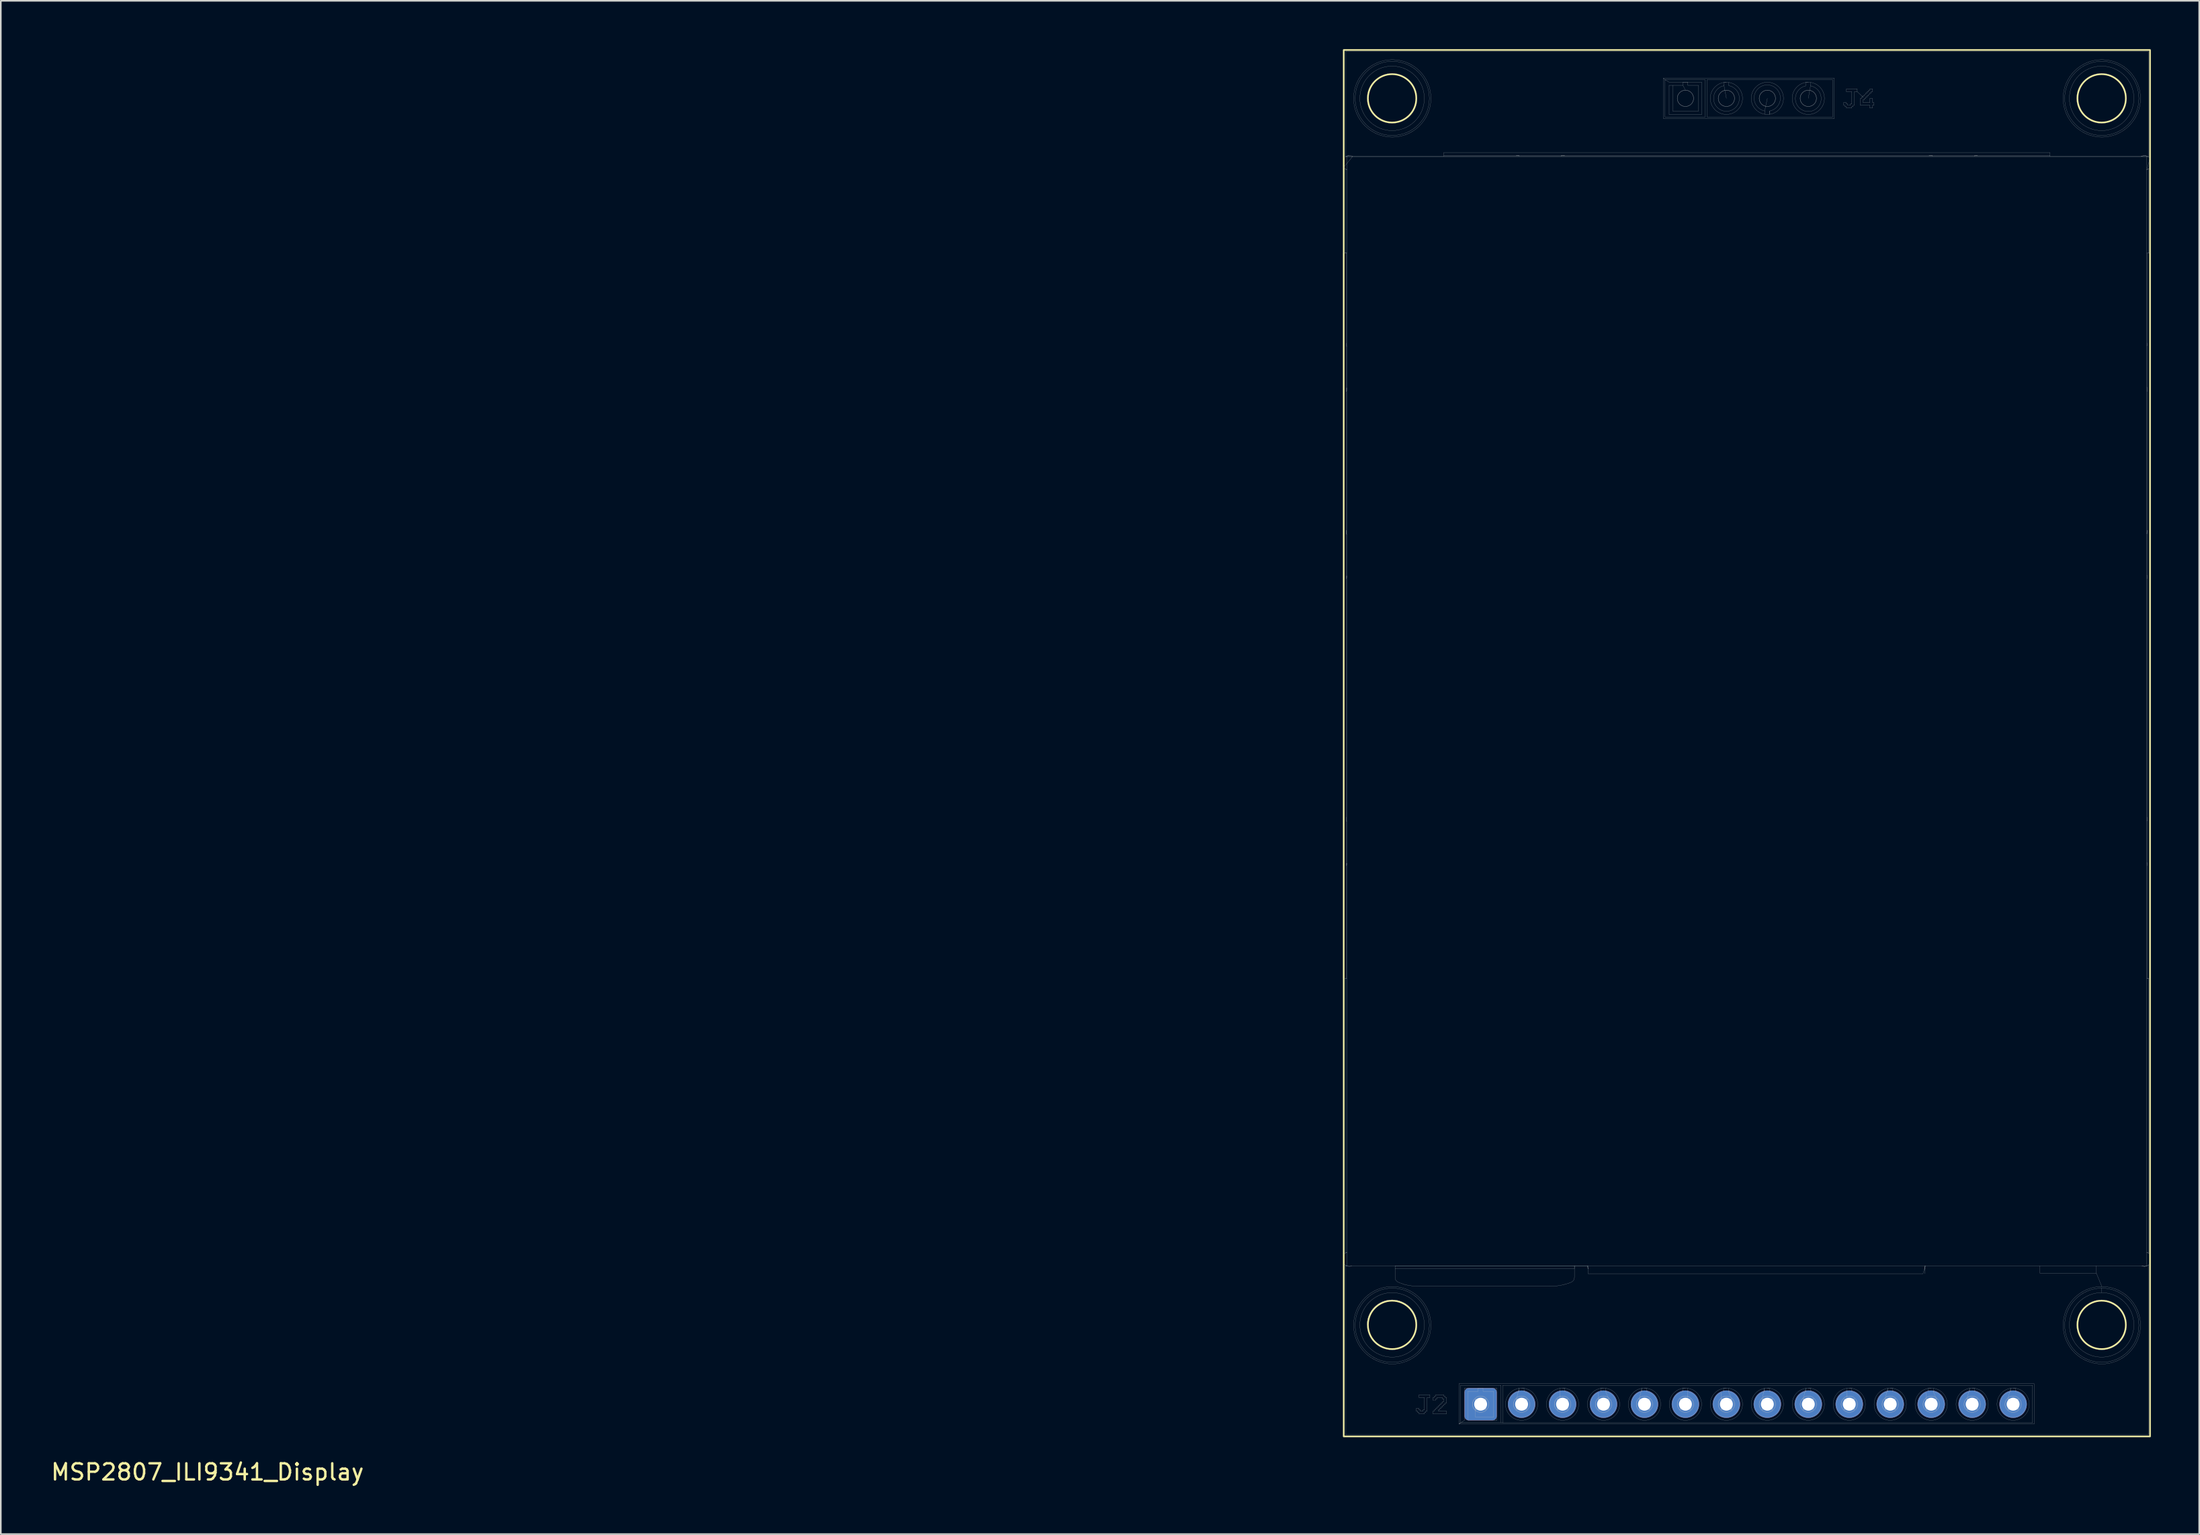
<source format=kicad_pcb>
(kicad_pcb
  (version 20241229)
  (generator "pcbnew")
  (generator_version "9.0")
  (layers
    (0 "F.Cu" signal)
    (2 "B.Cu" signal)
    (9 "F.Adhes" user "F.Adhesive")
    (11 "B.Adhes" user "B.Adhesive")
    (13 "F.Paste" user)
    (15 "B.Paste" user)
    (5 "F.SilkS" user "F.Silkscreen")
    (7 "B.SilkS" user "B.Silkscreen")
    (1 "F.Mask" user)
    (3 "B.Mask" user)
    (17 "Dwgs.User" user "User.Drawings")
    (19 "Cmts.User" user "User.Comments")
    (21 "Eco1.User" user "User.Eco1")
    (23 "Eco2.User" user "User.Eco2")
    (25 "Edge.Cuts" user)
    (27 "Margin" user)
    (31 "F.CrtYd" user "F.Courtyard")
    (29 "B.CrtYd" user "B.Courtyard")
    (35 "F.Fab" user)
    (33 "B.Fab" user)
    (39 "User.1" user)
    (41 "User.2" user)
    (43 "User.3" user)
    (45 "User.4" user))
  (footprint "MSP2807_ILI9341_Display"
    (layer "F.Cu")
    (at 105.275 84.05)
    (property "Reference" "MSP2807_ILI9341_Display" (at -95.46 4.21 0) (layer "F.SilkS") (effects (font (size 1 1) (thickness 0.15))))
    (attr through_hole)
    (fp_rect (start -25 -84) (end 25 2) (stroke (width 0.1) (type solid)) (fill no) (layer "F.SilkS"))
    (fp_circle (center -22 -81) (end -20.5 -81) (stroke (width 0.1) (type solid)) (fill no) (layer "F.SilkS"))
    (fp_circle (center -22 -4.92) (end -20.5 -4.92) (stroke (width 0.1) (type solid)) (fill no) (layer "F.SilkS"))
    (fp_circle (center 22 -81) (end 23.5 -81) (stroke (width 0.1) (type solid)) (fill no) (layer "F.SilkS"))
    (fp_circle (center 22 -4.92) (end 23.5 -4.92) (stroke (width 0.1) (type solid)) (fill no) (layer "F.SilkS"))
    (fp_line (start -25 -84) (end 25 -84) (stroke (width 0.008) (type default)) (layer "Dwgs.User"))
    (fp_line (start -25 -77.279) (end -25 -84) (stroke (width 0.008) (type default)) (layer "Dwgs.User"))
    (fp_line (start -25 -71.41) (end -25 -76.721) (stroke (width 0.008) (type default)) (layer "Dwgs.User"))
    (fp_line (start -25 -71.41) (end -24.8 -71.41) (stroke (width 0.008) (type default)) (layer "Dwgs.User"))
    (fp_line (start -25 -9.274) (end -25 -26.41) (stroke (width 0.008) (type default)) (layer "Dwgs.User"))
    (fp_line (start -25 2) (end -25 -8.726) (stroke (width 0.008) (type default)) (layer "Dwgs.User"))
    (fp_line (start -24.9 -83.9) (end 24.9 -83.9) (stroke (width 0.008) (type default)) (layer "Dwgs.User"))
    (fp_line (start -24.9 -77.374) (end -24.9 -83.9) (stroke (width 0.008) (type default)) (layer "Dwgs.User"))
    (fp_line (start -24.9 -71.41) (end -24.9 -76.626) (stroke (width 0.008) (type default)) (layer "Dwgs.User"))
    (fp_line (start -24.9 -9.374) (end -24.9 -26.41) (stroke (width 0.008) (type default)) (layer "Dwgs.User"))
    (fp_line (start -24.9 1.9) (end -24.9 -8.579) (stroke (width 0.008) (type default)) (layer "Dwgs.User"))
    (fp_line (start -24.89 -77.379) (end 24.9 -77.379) (stroke (width 0.008) (type default)) (layer "Dwgs.User"))
    (fp_line (start -24.83 -62.81) (end -24.827 -62.81) (stroke (width 0.008) (type default)) (layer "Dwgs.User"))
    (fp_line (start -24.83 -54.21) (end -24.827 -53.97) (stroke (width 0.008) (type default)) (layer "Dwgs.User"))
    (fp_line (start -24.83 -51.21) (end -24.827 -51.21) (stroke (width 0.008) (type default)) (layer "Dwgs.User"))
    (fp_line (start -24.83 -33.41) (end -24.827 -33.41) (stroke (width 0.008) (type default)) (layer "Dwgs.User"))
    (fp_line (start -24.827 -65.81) (end -24.83 -65.81) (stroke (width 0.008) (type default)) (layer "Dwgs.User"))
    (fp_line (start -24.827 -65.63) (end -24.827 -65.81) (stroke (width 0.008) (type default)) (layer "Dwgs.User"))
    (fp_line (start -24.827 -62.81) (end -24.827 -63.03) (stroke (width 0.008) (type default)) (layer "Dwgs.User"))
    (fp_line (start -24.827 -54.21) (end -24.83 -54.21) (stroke (width 0.008) (type default)) (layer "Dwgs.User"))
    (fp_line (start -24.827 -53.97) (end -24.827 -54.21) (stroke (width 0.008) (type default)) (layer "Dwgs.User"))
    (fp_line (start -24.827 -51.21) (end -24.827 -51.37) (stroke (width 0.008) (type default)) (layer "Dwgs.User"))
    (fp_line (start -24.827 -36.41) (end -24.83 -36.41) (stroke (width 0.008) (type default)) (layer "Dwgs.User"))
    (fp_line (start -24.827 -36.15) (end -24.827 -36.41) (stroke (width 0.008) (type default)) (layer "Dwgs.User"))
    (fp_line (start -24.827 -33.41) (end -24.827 -33.55) (stroke (width 0.008) (type default)) (layer "Dwgs.User"))
    (fp_line (start -24.8 -77.4) (end -24.8 -77.379) (stroke (width 0.008) (type default)) (layer "Dwgs.User"))
    (fp_line (start -24.8 -76.577) (end -24.8 -76.576) (stroke (width 0.008) (type default)) (layer "Dwgs.User"))
    (fp_line (start -24.8 -65.63) (end -24.827 -65.63) (stroke (width 0.008) (type default)) (layer "Dwgs.User"))
    (fp_line (start -24.8 -63.03) (end -24.827 -63.03) (stroke (width 0.008) (type default)) (layer "Dwgs.User"))
    (fp_line (start -24.8 -63.03) (end -24.827 -62.81) (stroke (width 0.008) (type default)) (layer "Dwgs.User"))
    (fp_line (start -24.8 -53.97) (end -24.827 -53.97) (stroke (width 0.008) (type default)) (layer "Dwgs.User"))
    (fp_line (start -24.8 -51.37) (end -24.827 -51.37) (stroke (width 0.008) (type default)) (layer "Dwgs.User"))
    (fp_line (start -24.8 -51.37) (end -24.827 -51.21) (stroke (width 0.008) (type default)) (layer "Dwgs.User"))
    (fp_line (start -24.8 -36.15) (end -24.827 -36.15) (stroke (width 0.008) (type default)) (layer "Dwgs.User"))
    (fp_line (start -24.8 -33.55) (end -24.827 -33.55) (stroke (width 0.008) (type default)) (layer "Dwgs.User"))
    (fp_line (start -24.8 -33.55) (end -24.827 -33.41) (stroke (width 0.008) (type default)) (layer "Dwgs.User"))
    (fp_line (start -24.8 -26.41) (end -24.9 -26.41) (stroke (width 0.008) (type default)) (layer "Dwgs.User"))
    (fp_line (start -24.8 -9.424) (end -24.8 -9.422) (stroke (width 0.008) (type default)) (layer "Dwgs.User"))
    (fp_line (start -24.8 -8.578) (end -24.8 -77.379) (stroke (width 0.008) (type default)) (layer "Dwgs.User"))
    (fp_line (start -24.444 -77.4) (end -25 -76.721) (stroke (width 0.008) (type default)) (layer "Dwgs.User"))
    (fp_line (start -21.817 -7.865) (end -21.817 -8.411) (stroke (width 0.008) (type default)) (layer "Dwgs.User"))
    (fp_line (start -21.798 -7.754) (end -21.817 -7.865) (stroke (width 0.008) (type default)) (layer "Dwgs.User"))
    (fp_line (start -21.656 -7.587) (end -21.741 -7.658) (stroke (width 0.008) (type default)) (layer "Dwgs.User"))
    (fp_line (start -21.544 -7.534) (end -21.656 -7.587) (stroke (width 0.008) (type default)) (layer "Dwgs.User"))
    (fp_line (start -21.544 -7.534) (end -21.236 -7.427) (stroke (width 0.008) (type default)) (layer "Dwgs.User"))
    (fp_line (start -20.5 0.263) (end -20.331 0.263) (stroke (width 0.008) (type default)) (layer "Dwgs.User"))
    (fp_line (start -20.5 0.431) (end -20.5 0.263) (stroke (width 0.008) (type default)) (layer "Dwgs.User"))
    (fp_line (start -20.416 0.431) (end -20.5 0.431) (stroke (width 0.008) (type default)) (layer "Dwgs.User"))
    (fp_line (start -20.416 0.516) (end -20.416 0.431) (stroke (width 0.008) (type default)) (layer "Dwgs.User"))
    (fp_line (start -20.331 0.263) (end -20.331 0.347) (stroke (width 0.008) (type default)) (layer "Dwgs.User"))
    (fp_line (start -20.331 0.347) (end -20.246 0.347) (stroke (width 0.008) (type default)) (layer "Dwgs.User"))
    (fp_line (start -20.33 -0.581) (end -19.656 -0.581) (stroke (width 0.008) (type default)) (layer "Dwgs.User"))
    (fp_line (start -20.33 -0.413) (end -20.33 -0.581) (stroke (width 0.008) (type default)) (layer "Dwgs.User"))
    (fp_line (start -20.33 0.516) (end -20.416 0.516) (stroke (width 0.008) (type default)) (layer "Dwgs.User"))
    (fp_line (start -20.33 0.6) (end -20.33 0.516) (stroke (width 0.008) (type default)) (layer "Dwgs.User"))
    (fp_line (start -20.246 0.347) (end -20.246 0.431) (stroke (width 0.008) (type default)) (layer "Dwgs.User"))
    (fp_line (start -20.246 0.431) (end -20.077 0.431) (stroke (width 0.008) (type default)) (layer "Dwgs.User"))
    (fp_line (start -20.077 0.347) (end -19.993 0.347) (stroke (width 0.008) (type default)) (layer "Dwgs.User"))
    (fp_line (start -20.077 0.431) (end -20.077 0.347) (stroke (width 0.008) (type default)) (layer "Dwgs.User"))
    (fp_line (start -19.993 -0.413) (end -20.33 -0.413) (stroke (width 0.008) (type default)) (layer "Dwgs.User"))
    (fp_line (start -19.993 0.347) (end -19.993 -0.413) (stroke (width 0.008) (type default)) (layer "Dwgs.User"))
    (fp_line (start -19.993 0.516) (end -19.993 0.6) (stroke (width 0.008) (type default)) (layer "Dwgs.User"))
    (fp_line (start -19.993 0.6) (end -20.33 0.6) (stroke (width 0.008) (type default)) (layer "Dwgs.User"))
    (fp_line (start -19.909 0.431) (end -19.909 0.516) (stroke (width 0.008) (type default)) (layer "Dwgs.User"))
    (fp_line (start -19.909 0.516) (end -19.993 0.516) (stroke (width 0.008) (type default)) (layer "Dwgs.User"))
    (fp_line (start -19.826 -0.413) (end -19.826 0.431) (stroke (width 0.008) (type default)) (layer "Dwgs.User"))
    (fp_line (start -19.826 0.431) (end -19.909 0.431) (stroke (width 0.008) (type default)) (layer "Dwgs.User"))
    (fp_line (start -19.656 -0.581) (end -19.656 -0.413) (stroke (width 0.008) (type default)) (layer "Dwgs.User"))
    (fp_line (start -19.656 -0.413) (end -19.826 -0.413) (stroke (width 0.008) (type default)) (layer "Dwgs.User"))
    (fp_line (start -19.466 -0.411) (end -19.383 -0.411) (stroke (width 0.008) (type default)) (layer "Dwgs.User"))
    (fp_line (start -19.466 -0.243) (end -19.466 -0.411) (stroke (width 0.008) (type default)) (layer "Dwgs.User"))
    (fp_line (start -19.466 0.431) (end -19.383 0.431) (stroke (width 0.008) (type default)) (layer "Dwgs.User"))
    (fp_line (start -19.466 0.6) (end -19.466 0.431) (stroke (width 0.008) (type default)) (layer "Dwgs.User"))
    (fp_line (start -19.383 -0.498) (end -19.298 -0.498) (stroke (width 0.008) (type default)) (layer "Dwgs.User"))
    (fp_line (start -19.383 -0.411) (end -19.383 -0.498) (stroke (width 0.008) (type default)) (layer "Dwgs.User"))
    (fp_line (start -19.383 0.347) (end -19.298 0.347) (stroke (width 0.008) (type default)) (layer "Dwgs.User"))
    (fp_line (start -19.383 0.431) (end -19.383 0.347) (stroke (width 0.008) (type default)) (layer "Dwgs.User"))
    (fp_line (start -19.298 -0.581) (end -18.792 -0.581) (stroke (width 0.008) (type default)) (layer "Dwgs.User"))
    (fp_line (start -19.298 -0.498) (end -19.298 -0.581) (stroke (width 0.008) (type default)) (layer "Dwgs.User"))
    (fp_line (start -19.298 -0.327) (end -19.298 -0.243) (stroke (width 0.008) (type default)) (layer "Dwgs.User"))
    (fp_line (start -19.298 -0.243) (end -19.466 -0.243) (stroke (width 0.008) (type default)) (layer "Dwgs.User"))
    (fp_line (start -19.298 0.263) (end -19.213 0.263) (stroke (width 0.008) (type default)) (layer "Dwgs.User"))
    (fp_line (start -19.298 0.347) (end -19.298 0.263) (stroke (width 0.008) (type default)) (layer "Dwgs.User"))
    (fp_line (start -19.213 -0.413) (end -19.213 -0.327) (stroke (width 0.008) (type default)) (layer "Dwgs.User"))
    (fp_line (start -19.213 -0.327) (end -19.298 -0.327) (stroke (width 0.008) (type default)) (layer "Dwgs.User"))
    (fp_line (start -19.213 0.178) (end -19.129 0.178) (stroke (width 0.008) (type default)) (layer "Dwgs.User"))
    (fp_line (start -19.213 0.263) (end -19.213 0.178) (stroke (width 0.008) (type default)) (layer "Dwgs.User"))
    (fp_line (start -19.129 0.093) (end -19.046 0.093) (stroke (width 0.008) (type default)) (layer "Dwgs.User"))
    (fp_line (start -19.129 0.178) (end -19.129 0.093) (stroke (width 0.008) (type default)) (layer "Dwgs.User"))
    (fp_line (start -19.129 0.347) (end -19.129 0.431) (stroke (width 0.008) (type default)) (layer "Dwgs.User"))
    (fp_line (start -19.129 0.431) (end -18.622 0.431) (stroke (width 0.008) (type default)) (layer "Dwgs.User"))
    (fp_line (start -19.046 0.009) (end -18.959 0.009) (stroke (width 0.008) (type default)) (layer "Dwgs.User"))
    (fp_line (start -19.046 0.093) (end -19.046 0.009) (stroke (width 0.008) (type default)) (layer "Dwgs.User"))
    (fp_line (start -19.046 0.263) (end -19.046 0.347) (stroke (width 0.008) (type default)) (layer "Dwgs.User"))
    (fp_line (start -19.046 0.347) (end -19.129 0.347) (stroke (width 0.008) (type default)) (layer "Dwgs.User"))
    (fp_line (start -18.959 -0.074) (end -18.876 -0.074) (stroke (width 0.008) (type default)) (layer "Dwgs.User"))
    (fp_line (start -18.959 0.009) (end -18.959 -0.074) (stroke (width 0.008) (type default)) (layer "Dwgs.User"))
    (fp_line (start -18.959 0.178) (end -18.959 0.263) (stroke (width 0.008) (type default)) (layer "Dwgs.User"))
    (fp_line (start -18.959 0.263) (end -19.046 0.263) (stroke (width 0.008) (type default)) (layer "Dwgs.User"))
    (fp_line (start -18.876 -0.413) (end -19.213 -0.413) (stroke (width 0.008) (type default)) (layer "Dwgs.User"))
    (fp_line (start -18.876 -0.327) (end -18.876 -0.413) (stroke (width 0.008) (type default)) (layer "Dwgs.User"))
    (fp_line (start -18.876 -0.16) (end -18.791 -0.16) (stroke (width 0.008) (type default)) (layer "Dwgs.User"))
    (fp_line (start -18.876 -0.074) (end -18.876 -0.16) (stroke (width 0.008) (type default)) (layer "Dwgs.User"))
    (fp_line (start -18.876 0.093) (end -18.876 0.178) (stroke (width 0.008) (type default)) (layer "Dwgs.User"))
    (fp_line (start -18.876 0.178) (end -18.959 0.178) (stroke (width 0.008) (type default)) (layer "Dwgs.User"))
    (fp_line (start -18.8 -77.4) (end -18.8 -77.44) (stroke (width 0.008) (type default)) (layer "Dwgs.User"))
    (fp_line (start -18.792 -0.581) (end -18.792 -0.498) (stroke (width 0.008) (type default)) (layer "Dwgs.User"))
    (fp_line (start -18.792 -0.498) (end -18.706 -0.498) (stroke (width 0.008) (type default)) (layer "Dwgs.User"))
    (fp_line (start -18.792 0.009) (end -18.792 0.093) (stroke (width 0.008) (type default)) (layer "Dwgs.User"))
    (fp_line (start -18.792 0.093) (end -18.876 0.093) (stroke (width 0.008) (type default)) (layer "Dwgs.User"))
    (fp_line (start -18.791 -0.327) (end -18.876 -0.327) (stroke (width 0.008) (type default)) (layer "Dwgs.User"))
    (fp_line (start -18.791 -0.16) (end -18.791 -0.327) (stroke (width 0.008) (type default)) (layer "Dwgs.User"))
    (fp_line (start -18.706 -0.498) (end -18.706 -0.411) (stroke (width 0.008) (type default)) (layer "Dwgs.User"))
    (fp_line (start -18.706 -0.411) (end -18.622 -0.411) (stroke (width 0.008) (type default)) (layer "Dwgs.User"))
    (fp_line (start -18.706 -0.074) (end -18.706 0.009) (stroke (width 0.008) (type default)) (layer "Dwgs.User"))
    (fp_line (start -18.706 0.009) (end -18.792 0.009) (stroke (width 0.008) (type default)) (layer "Dwgs.User"))
    (fp_line (start -18.622 -0.411) (end -18.622 -0.074) (stroke (width 0.008) (type default)) (layer "Dwgs.User"))
    (fp_line (start -18.622 -0.074) (end -18.706 -0.074) (stroke (width 0.008) (type default)) (layer "Dwgs.User"))
    (fp_line (start -18.622 0.431) (end -18.622 0.6) (stroke (width 0.008) (type default)) (layer "Dwgs.User"))
    (fp_line (start -18.622 0.6) (end -19.466 0.6) (stroke (width 0.008) (type default)) (layer "Dwgs.User"))
    (fp_line (start -17.856 1.233) (end -17.521 1.004) (stroke (width 0.008) (type default)) (layer "Dwgs.User"))
    (fp_line (start -17.756 1.133) (end -17.856 1.233) (stroke (width 0.008) (type default)) (layer "Dwgs.User"))
    (fp_line (start -17.521 -1.004) (end -17.521 1.004) (stroke (width 0.008) (type default)) (layer "Dwgs.User"))
    (fp_line (start -17.299 -0.801) (end -17.299 1.004) (stroke (width 0.008) (type default)) (layer "Dwgs.User"))
    (fp_line (start -17.299 1.004) (end -15.499 1.004) (stroke (width 0.008) (type default)) (layer "Dwgs.User"))
    (fp_line (start -16.835 -0.325) (end -16.185 -0.325) (stroke (width 0.008) (type default)) (layer "Dwgs.User"))
    (fp_line (start -16.835 0.325) (end -16.83 0.32) (stroke (width 0.008) (type default)) (layer "Dwgs.User"))
    (fp_line (start -16.835 0.799) (end -16.835 -0.325) (stroke (width 0.008) (type default)) (layer "Dwgs.User"))
    (fp_line (start -16.835 0.799) (end -15.699 0.799) (stroke (width 0.008) (type default)) (layer "Dwgs.User"))
    (fp_line (start -16.83 -0.32) (end -16.655 -0.145) (stroke (width 0.008) (type default)) (layer "Dwgs.User"))
    (fp_line (start -16.83 0.32) (end -16.83 -0.32) (stroke (width 0.008) (type default)) (layer "Dwgs.User"))
    (fp_line (start -16.83 0.32) (end -16.655 0.145) (stroke (width 0.008) (type default)) (layer "Dwgs.User"))
    (fp_line (start -16.664 -1.004) (end -16.362 -1.004) (stroke (width 0.008) (type default)) (layer "Dwgs.User"))
    (fp_line (start -16.664 -0.801) (end -17.299 -0.801) (stroke (width 0.008) (type default)) (layer "Dwgs.User"))
    (fp_line (start -16.664 -0.801) (end -16.664 -1.004) (stroke (width 0.008) (type default)) (layer "Dwgs.User"))
    (fp_line (start -16.655 -0.32) (end -16.655 0.145) (stroke (width 0.008) (type default)) (layer "Dwgs.User"))
    (fp_line (start -16.655 -0.32) (end -16.19 -0.32) (stroke (width 0.008) (type default)) (layer "Dwgs.User"))
    (fp_line (start -16.655 0.145) (end -16.51 0) (stroke (width 0.008) (type default)) (layer "Dwgs.User"))
    (fp_line (start -16.655 0.145) (end -16.365 0.145) (stroke (width 0.008) (type default)) (layer "Dwgs.User"))
    (fp_line (start -16.51 -0.5) (end -16.51 -0.51) (stroke (width 0.008) (type default)) (layer "Dwgs.User"))
    (fp_line (start -16.51 0) (end -16.365 -0.145) (stroke (width 0.008) (type default)) (layer "Dwgs.User"))
    (fp_line (start -16.365 -0.145) (end -16.655 -0.145) (stroke (width 0.008) (type default)) (layer "Dwgs.User"))
    (fp_line (start -16.365 0.145) (end -16.365 -0.145) (stroke (width 0.008) (type default)) (layer "Dwgs.User"))
    (fp_line (start -16.365 0.145) (end -16.19 0.32) (stroke (width 0.008) (type default)) (layer "Dwgs.User"))
    (fp_line (start -16.362 -0.801) (end -16.362 -1.004) (stroke (width 0.008) (type default)) (layer "Dwgs.User"))
    (fp_line (start -16.19 -0.32) (end -16.365 -0.145) (stroke (width 0.008) (type default)) (layer "Dwgs.User"))
    (fp_line (start -16.19 -0.32) (end -16.19 0.32) (stroke (width 0.008) (type default)) (layer "Dwgs.User"))
    (fp_line (start -16.19 0.32) (end -16.83 0.32) (stroke (width 0.008) (type default)) (layer "Dwgs.User"))
    (fp_line (start -16.19 0.32) (end -16.365 0.145) (stroke (width 0.008) (type default)) (layer "Dwgs.User"))
    (fp_line (start -16.185 -0.325) (end -16.185 0.325) (stroke (width 0.008) (type default)) (layer "Dwgs.User"))
    (fp_line (start -16.185 0.325) (end -16.835 0.325) (stroke (width 0.008) (type default)) (layer "Dwgs.User"))
    (fp_line (start -15.699 -0.801) (end -16.362 -0.801) (stroke (width 0.008) (type default)) (layer "Dwgs.User"))
    (fp_line (start -15.699 0.799) (end -15.699 -0.801) (stroke (width 0.008) (type default)) (layer "Dwgs.User"))
    (fp_line (start -15.499 -1.004) (end -17.521 -1.004) (stroke (width 0.008) (type default)) (layer "Dwgs.User"))
    (fp_line (start -15.499 1.004) (end -15.499 -1.004) (stroke (width 0.008) (type default)) (layer "Dwgs.User"))
    (fp_line (start -15.246 1.133) (end -15.146 1.154) (stroke (width 0.008) (type default)) (layer "Dwgs.User"))
    (fp_line (start -14.3 -77.44) (end -14.3 -77.437) (stroke (width 0.008) (type default)) (layer "Dwgs.User"))
    (fp_line (start -14.3 -77.44) (end -14.118 -77.437) (stroke (width 0.008) (type default)) (layer "Dwgs.User"))
    (fp_line (start -14.3 -77.437) (end -14.118 -77.437) (stroke (width 0.008) (type default)) (layer "Dwgs.User"))
    (fp_line (start -14.29 -0.32) (end -14.115 -0.145) (stroke (width 0.008) (type default)) (layer "Dwgs.User"))
    (fp_line (start -14.29 -0.32) (end -13.65 -0.32) (stroke (width 0.008) (type default)) (layer "Dwgs.User"))
    (fp_line (start -14.29 0.32) (end -14.29 -0.32) (stroke (width 0.008) (type default)) (layer "Dwgs.User"))
    (fp_line (start -14.29 0.32) (end -14.115 0.145) (stroke (width 0.008) (type default)) (layer "Dwgs.User"))
    (fp_line (start -14.122 -0.988) (end -14.29 -0.32) (stroke (width 0.008) (type default)) (layer "Dwgs.User"))
    (fp_line (start -14.122 -0.781) (end -14.122 -0.988) (stroke (width 0.008) (type default)) (layer "Dwgs.User"))
    (fp_line (start -14.118 -77.4) (end -14.118 -77.437) (stroke (width 0.008) (type default)) (layer "Dwgs.User"))
    (fp_line (start -14.115 -0.145) (end -14.115 0.145) (stroke (width 0.008) (type default)) (layer "Dwgs.User"))
    (fp_line (start -14.115 -0.145) (end -13.97 0) (stroke (width 0.008) (type default)) (layer "Dwgs.User"))
    (fp_line (start -14.115 0.145) (end -13.825 0.145) (stroke (width 0.008) (type default)) (layer "Dwgs.User"))
    (fp_line (start -13.97 -1) (end -13.819 -0.988) (stroke (width 0.008) (type default)) (layer "Dwgs.User"))
    (fp_line (start -13.97 -0.5) (end -13.97 -0.51) (stroke (width 0.008) (type default)) (layer "Dwgs.User"))
    (fp_line (start -13.825 -0.145) (end -14.115 -0.145) (stroke (width 0.008) (type default)) (layer "Dwgs.User"))
    (fp_line (start -13.825 0.32) (end -14.29 0.32) (stroke (width 0.008) (type default)) (layer "Dwgs.User"))
    (fp_line (start -13.825 0.32) (end -13.825 -0.145) (stroke (width 0.008) (type default)) (layer "Dwgs.User"))
    (fp_line (start -13.819 -0.781) (end -13.819 -0.988) (stroke (width 0.008) (type default)) (layer "Dwgs.User"))
    (fp_line (start -13.65 -0.32) (end -13.825 -0.145) (stroke (width 0.008) (type default)) (layer "Dwgs.User"))
    (fp_line (start -13.65 -0.32) (end -13.65 0.32) (stroke (width 0.008) (type default)) (layer "Dwgs.User"))
    (fp_line (start -13.65 0.32) (end -13.825 0.145) (stroke (width 0.008) (type default)) (layer "Dwgs.User"))
    (fp_line (start -13.645 -0.325) (end -13.65 -0.32) (stroke (width 0.008) (type default)) (layer "Dwgs.User"))
    (fp_line (start -12.198 -7.311) (end -20.313 -7.311) (stroke (width 0.008) (type default)) (layer "Dwgs.User"))
    (fp_line (start -12.198 -7.311) (end -12.122 -7.311) (stroke (width 0.008) (type default)) (layer "Dwgs.User"))
    (fp_line (start -11.893 -7.325) (end -12.122 -7.311) (stroke (width 0.008) (type default)) (layer "Dwgs.User"))
    (fp_line (start -11.893 -7.325) (end -11.819 -7.332) (stroke (width 0.008) (type default)) (layer "Dwgs.User"))
    (fp_line (start -11.755 -0.32) (end -11.11 -0.32) (stroke (width 0.008) (type default)) (layer "Dwgs.User"))
    (fp_line (start -11.755 0.325) (end -11.755 -0.32) (stroke (width 0.008) (type default)) (layer "Dwgs.User"))
    (fp_line (start -11.75 -0.32) (end -11.575 -0.145) (stroke (width 0.008) (type default)) (layer "Dwgs.User"))
    (fp_line (start -11.75 0.32) (end -11.75 -0.32) (stroke (width 0.008) (type default)) (layer "Dwgs.User"))
    (fp_line (start -11.75 0.32) (end -11.575 0.145) (stroke (width 0.008) (type default)) (layer "Dwgs.User"))
    (fp_line (start -11.596 -7.366) (end -11.819 -7.332) (stroke (width 0.008) (type default)) (layer "Dwgs.User"))
    (fp_line (start -11.596 -7.366) (end -11.52 -7.38) (stroke (width 0.008) (type default)) (layer "Dwgs.User"))
    (fp_line (start -11.596 -0.325) (end -11.596 -0.986) (stroke (width 0.008) (type default)) (layer "Dwgs.User"))
    (fp_line (start -11.596 -0.325) (end -11.105 -0.325) (stroke (width 0.008) (type default)) (layer "Dwgs.User"))
    (fp_line (start -11.575 0.145) (end -11.75 0.32) (stroke (width 0.008) (type default)) (layer "Dwgs.User"))
    (fp_line (start -11.518 -77.437) (end -11.3 -77.437) (stroke (width 0.008) (type default)) (layer "Dwgs.User"))
    (fp_line (start -11.518 -77.4) (end -11.518 -77.437) (stroke (width 0.008) (type default)) (layer "Dwgs.User"))
    (fp_line (start -11.43 -1) (end -11.293 -0.991) (stroke (width 0.008) (type default)) (layer "Dwgs.User"))
    (fp_line (start -11.43 -0.5) (end -11.43 -0.51) (stroke (width 0.008) (type default)) (layer "Dwgs.User"))
    (fp_line (start -11.3 -77.44) (end -11.518 -77.437) (stroke (width 0.008) (type default)) (layer "Dwgs.User"))
    (fp_line (start -11.3 -77.437) (end -11.3 -77.44) (stroke (width 0.008) (type default)) (layer "Dwgs.User"))
    (fp_line (start -11.293 -7.434) (end -11.52 -7.38) (stroke (width 0.008) (type default)) (layer "Dwgs.User"))
    (fp_line (start -11.293 -7.434) (end -11.211 -7.455) (stroke (width 0.008) (type default)) (layer "Dwgs.User"))
    (fp_line (start -11.293 -0.783) (end -11.293 -0.991) (stroke (width 0.008) (type default)) (layer "Dwgs.User"))
    (fp_line (start -11.285 -0.145) (end -11.43 0) (stroke (width 0.008) (type default)) (layer "Dwgs.User"))
    (fp_line (start -11.11 -0.32) (end -11.285 -0.145) (stroke (width 0.008) (type default)) (layer "Dwgs.User"))
    (fp_line (start -11.11 -0.32) (end -11.285 0.145) (stroke (width 0.008) (type default)) (layer "Dwgs.User"))
    (fp_line (start -11.11 -0.32) (end -11.11 0.32) (stroke (width 0.008) (type default)) (layer "Dwgs.User"))
    (fp_line (start -11.11 0.32) (end -11.75 0.32) (stroke (width 0.008) (type default)) (layer "Dwgs.User"))
    (fp_line (start -11.11 0.32) (end -11.285 0.145) (stroke (width 0.008) (type default)) (layer "Dwgs.User"))
    (fp_line (start -11.105 -0.325) (end -11.105 0.325) (stroke (width 0.008) (type default)) (layer "Dwgs.User"))
    (fp_line (start -11.105 0.325) (end -11.755 0.325) (stroke (width 0.008) (type default)) (layer "Dwgs.User"))
    (fp_line (start -10.966 -7.534) (end -11.211 -7.455) (stroke (width 0.008) (type default)) (layer "Dwgs.User"))
    (fp_line (start -10.855 -7.587) (end -10.966 -7.534) (stroke (width 0.008) (type default)) (layer "Dwgs.User"))
    (fp_line (start -10.77 -7.658) (end -10.855 -7.587) (stroke (width 0.008) (type default)) (layer "Dwgs.User"))
    (fp_line (start -10.693 -8.579) (end -10.693 -8.411) (stroke (width 0.008) (type default)) (layer "Dwgs.User"))
    (fp_line (start -10.693 -8.411) (end -10.693 -7.865) (stroke (width 0.008) (type default)) (layer "Dwgs.User"))
    (fp_line (start -10.693 -7.865) (end -10.712 -7.754) (stroke (width 0.008) (type default)) (layer "Dwgs.User"))
    (fp_line (start -9.894 -8.579) (end -10.693 -8.579) (stroke (width 0.008) (type default)) (layer "Dwgs.User"))
    (fp_line (start -9.894 -8.579) (end -9.851 -8.392) (stroke (width 0.008) (type default)) (layer "Dwgs.User"))
    (fp_line (start -9.886 -8.579) (end -9.865 -8.521) (stroke (width 0.008) (type default)) (layer "Dwgs.User"))
    (fp_line (start -9.865 -8.521) (end -9.851 -8.461) (stroke (width 0.008) (type default)) (layer "Dwgs.User"))
    (fp_line (start -9.851 -8.46) (end -9.846 -8.404) (stroke (width 0.008) (type default)) (layer "Dwgs.User"))
    (fp_line (start -9.846 -8.579) (end -9.886 -8.579) (stroke (width 0.008) (type default)) (layer "Dwgs.User"))
    (fp_line (start -9.846 -8.579) (end -9.846 -8.094) (stroke (width 0.008) (type default)) (layer "Dwgs.User"))
    (fp_line (start -9.846 -8.404) (end -9.851 -8.392) (stroke (width 0.008) (type default)) (layer "Dwgs.User"))
    (fp_line (start -9.846 -8.094) (end 10.922 -8.094) (stroke (width 0.008) (type default)) (layer "Dwgs.User"))
    (fp_line (start -9.215 -0.325) (end -8.57 -0.325) (stroke (width 0.008) (type default)) (layer "Dwgs.User"))
    (fp_line (start -9.215 0.325) (end -9.215 -0.325) (stroke (width 0.008) (type default)) (layer "Dwgs.User"))
    (fp_line (start -9.21 -0.32) (end -9.035 -0.145) (stroke (width 0.008) (type default)) (layer "Dwgs.User"))
    (fp_line (start -9.21 -0.32) (end -8.57 -0.32) (stroke (width 0.008) (type default)) (layer "Dwgs.User"))
    (fp_line (start -9.21 0.32) (end -9.21 -0.728) (stroke (width 0.008) (type default)) (layer "Dwgs.User"))
    (fp_line (start -9.21 0.32) (end -9.035 0.145) (stroke (width 0.008) (type default)) (layer "Dwgs.User"))
    (fp_line (start -9.057 -0.986) (end -8.89 -1) (stroke (width 0.008) (type default)) (layer "Dwgs.User"))
    (fp_line (start -9.057 -0.778) (end -9.057 -0.986) (stroke (width 0.008) (type default)) (layer "Dwgs.User"))
    (fp_line (start -8.89 -0.5) (end -8.89 -0.51) (stroke (width 0.008) (type default)) (layer "Dwgs.User"))
    (fp_line (start -8.89 0) (end -8.745 -0.145) (stroke (width 0.008) (type default)) (layer "Dwgs.User"))
    (fp_line (start -8.754 -0.784) (end -8.754 -0.991) (stroke (width 0.008) (type default)) (layer "Dwgs.User"))
    (fp_line (start -8.57 -0.325) (end -8.57 0.32) (stroke (width 0.008) (type default)) (layer "Dwgs.User"))
    (fp_line (start -8.57 -0.32) (end -8.745 -0.145) (stroke (width 0.008) (type default)) (layer "Dwgs.User"))
    (fp_line (start -8.57 0.32) (end -9.21 0.32) (stroke (width 0.008) (type default)) (layer "Dwgs.User"))
    (fp_line (start -8.57 0.32) (end -8.745 0.145) (stroke (width 0.008) (type default)) (layer "Dwgs.User"))
    (fp_line (start -8.565 -0.325) (end -8.754 -0.784) (stroke (width 0.008) (type default)) (layer "Dwgs.User"))
    (fp_line (start -8.565 -0.325) (end -8.565 0.325) (stroke (width 0.008) (type default)) (layer "Dwgs.User"))
    (fp_line (start -8.565 0.325) (end -9.215 0.325) (stroke (width 0.008) (type default)) (layer "Dwgs.User"))
    (fp_line (start -6.67 -0.32) (end -6.495 -0.145) (stroke (width 0.008) (type default)) (layer "Dwgs.User"))
    (fp_line (start -6.67 0.32) (end -6.495 0.145) (stroke (width 0.008) (type default)) (layer "Dwgs.User"))
    (fp_line (start -6.521 -0.985) (end -6.67 -0.32) (stroke (width 0.008) (type default)) (layer "Dwgs.User"))
    (fp_line (start -6.521 -0.777) (end -6.521 -0.985) (stroke (width 0.008) (type default)) (layer "Dwgs.User"))
    (fp_line (start -6.35 -1) (end -6.218 -0.991) (stroke (width 0.008) (type default)) (layer "Dwgs.User"))
    (fp_line (start -6.35 -0.5) (end -6.35 -0.51) (stroke (width 0.008) (type default)) (layer "Dwgs.User"))
    (fp_line (start -6.218 -0.784) (end -6.218 -0.991) (stroke (width 0.008) (type default)) (layer "Dwgs.User"))
    (fp_line (start -6.205 -0.145) (end -6.35 0) (stroke (width 0.008) (type default)) (layer "Dwgs.User"))
    (fp_line (start -6.205 0.145) (end -6.03 0.32) (stroke (width 0.008) (type default)) (layer "Dwgs.User"))
    (fp_line (start -6.03 -0.32) (end -6.205 -0.145) (stroke (width 0.008) (type default)) (layer "Dwgs.User"))
    (fp_line (start -6.03 0.32) (end -6.205 0.145) (stroke (width 0.008) (type default)) (layer "Dwgs.User"))
    (fp_line (start -6.025 -0.325) (end -6.03 -0.32) (stroke (width 0.008) (type default)) (layer "Dwgs.User"))
    (fp_line (start -5.08 -82.153) (end -5.18 -82.253) (stroke (width 0.008) (type default)) (layer "Dwgs.User"))
    (fp_line (start -4.821 -82.004) (end -5.08 -82.153) (stroke (width 0.008) (type default)) (layer "Dwgs.User"))
    (fp_line (start -4.821 -81.806) (end -4.821 -79.996) (stroke (width 0.008) (type default)) (layer "Dwgs.User"))
    (fp_line (start -4.821 -79.996) (end -2.799 -79.996) (stroke (width 0.008) (type default)) (layer "Dwgs.User"))
    (fp_line (start -4.599 -81.806) (end -4.599 -80.206) (stroke (width 0.008) (type default)) (layer "Dwgs.User"))
    (fp_line (start -4.599 -80.206) (end -2.999 -80.206) (stroke (width 0.008) (type default)) (layer "Dwgs.User"))
    (fp_line (start -4.135 -0.325) (end -3.485 -0.325) (stroke (width 0.008) (type default)) (layer "Dwgs.User"))
    (fp_line (start -4.135 0.325) (end -4.135 -0.325) (stroke (width 0.008) (type default)) (layer "Dwgs.User"))
    (fp_line (start -4.13 -0.32) (end -3.955 -0.145) (stroke (width 0.008) (type default)) (layer "Dwgs.User"))
    (fp_line (start -4.13 -0.32) (end -3.68 -0.32) (stroke (width 0.008) (type default)) (layer "Dwgs.User"))
    (fp_line (start -4.13 0.32) (end -4.13 -0.32) (stroke (width 0.008) (type default)) (layer "Dwgs.User"))
    (fp_line (start -4.13 0.32) (end -3.955 0.145) (stroke (width 0.008) (type default)) (layer "Dwgs.User"))
    (fp_line (start -3.983 -0.985) (end -3.81 -1) (stroke (width 0.008) (type default)) (layer "Dwgs.User"))
    (fp_line (start -3.983 -0.776) (end -3.983 -0.985) (stroke (width 0.008) (type default)) (layer "Dwgs.User"))
    (fp_line (start -3.964 -81.806) (end -4.821 -81.806) (stroke (width 0.008) (type default)) (layer "Dwgs.User"))
    (fp_line (start -3.964 -81.806) (end -3.964 -82.004) (stroke (width 0.008) (type default)) (layer "Dwgs.User"))
    (fp_line (start -3.964 -81.806) (end -3.81 -81.51) (stroke (width 0.008) (type default)) (layer "Dwgs.User"))
    (fp_line (start -3.955 -0.145) (end -4.13 -0.32) (stroke (width 0.008) (type default)) (layer "Dwgs.User"))
    (fp_line (start -3.955 -0.145) (end -3.955 0.145) (stroke (width 0.008) (type default)) (layer "Dwgs.User"))
    (fp_line (start -3.955 0.145) (end -3.665 0.145) (stroke (width 0.008) (type default)) (layer "Dwgs.User"))
    (fp_line (start -3.81 -0.5) (end -3.81 -0.51) (stroke (width 0.008) (type default)) (layer "Dwgs.User"))
    (fp_line (start -3.81 0) (end -3.665 0.145) (stroke (width 0.008) (type default)) (layer "Dwgs.User"))
    (fp_line (start -3.68 -0.32) (end -3.68 -0.992) (stroke (width 0.008) (type default)) (layer "Dwgs.User"))
    (fp_line (start -3.665 0.145) (end -3.665 -0.145) (stroke (width 0.008) (type default)) (layer "Dwgs.User"))
    (fp_line (start -3.662 -82.004) (end -3.964 -82.004) (stroke (width 0.008) (type default)) (layer "Dwgs.User"))
    (fp_line (start -3.662 -81.806) (end -3.662 -82.004) (stroke (width 0.008) (type default)) (layer "Dwgs.User"))
    (fp_line (start -3.49 -0.32) (end -3.665 -0.145) (stroke (width 0.008) (type default)) (layer "Dwgs.User"))
    (fp_line (start -3.49 -0.32) (end -3.49 0.32) (stroke (width 0.008) (type default)) (layer "Dwgs.User"))
    (fp_line (start -3.49 0.32) (end -4.13 0.32) (stroke (width 0.008) (type default)) (layer "Dwgs.User"))
    (fp_line (start -3.49 0.32) (end -3.665 0.145) (stroke (width 0.008) (type default)) (layer "Dwgs.User"))
    (fp_line (start -3.49 0.32) (end -3.485 0.325) (stroke (width 0.008) (type default)) (layer "Dwgs.User"))
    (fp_line (start -3.485 -0.145) (end -3.955 -0.145) (stroke (width 0.008) (type default)) (layer "Dwgs.User"))
    (fp_line (start -3.485 -0.145) (end -3.485 0.325) (stroke (width 0.008) (type default)) (layer "Dwgs.User"))
    (fp_line (start -3.485 0.325) (end -4.135 0.325) (stroke (width 0.008) (type default)) (layer "Dwgs.User"))
    (fp_line (start -2.999 -81.806) (end -3.662 -81.806) (stroke (width 0.008) (type default)) (layer "Dwgs.User"))
    (fp_line (start -2.999 -80.206) (end -2.999 -81.806) (stroke (width 0.008) (type default)) (layer "Dwgs.User"))
    (fp_line (start -2.799 -82.004) (end -4.821 -82.004) (stroke (width 0.008) (type default)) (layer "Dwgs.User"))
    (fp_line (start -2.799 -79.996) (end -2.799 -82.004) (stroke (width 0.008) (type default)) (layer "Dwgs.User"))
    (fp_line (start -1.595 -0.325) (end -0.95 -0.325) (stroke (width 0.008) (type default)) (layer "Dwgs.User"))
    (fp_line (start -1.595 0.325) (end -1.595 -0.325) (stroke (width 0.008) (type default)) (layer "Dwgs.User"))
    (fp_line (start -1.59 -0.32) (end -1.415 -0.145) (stroke (width 0.008) (type default)) (layer "Dwgs.User"))
    (fp_line (start -1.59 -0.32) (end -0.95 -0.32) (stroke (width 0.008) (type default)) (layer "Dwgs.User"))
    (fp_line (start -1.59 0.32) (end -1.59 -0.728) (stroke (width 0.008) (type default)) (layer "Dwgs.User"))
    (fp_line (start -1.59 0.32) (end -1.415 0.145) (stroke (width 0.008) (type default)) (layer "Dwgs.User"))
    (fp_line (start -1.444 -0.985) (end -1.27 -1) (stroke (width 0.008) (type default)) (layer "Dwgs.User"))
    (fp_line (start -1.444 -0.776) (end -1.444 -0.985) (stroke (width 0.008) (type default)) (layer "Dwgs.User"))
    (fp_line (start -1.418 -81.989) (end -1.27 -82) (stroke (width 0.008) (type default)) (layer "Dwgs.User"))
    (fp_line (start -1.418 -81.783) (end -1.418 -81.989) (stroke (width 0.008) (type default)) (layer "Dwgs.User"))
    (fp_line (start -1.27 -81.5) (end -1.27 -81.51) (stroke (width 0.008) (type default)) (layer "Dwgs.User"))
    (fp_line (start -1.27 -81) (end -1.418 -81.783) (stroke (width 0.008) (type default)) (layer "Dwgs.User"))
    (fp_line (start -1.27 -0.5) (end -1.27 -0.51) (stroke (width 0.008) (type default)) (layer "Dwgs.User"))
    (fp_line (start -1.27 0) (end -1.125 -0.145) (stroke (width 0.008) (type default)) (layer "Dwgs.User"))
    (fp_line (start -1.141 -0.785) (end -1.141 -0.992) (stroke (width 0.008) (type default)) (layer "Dwgs.User"))
    (fp_line (start -1.125 0.145) (end -0.95 0.32) (stroke (width 0.008) (type default)) (layer "Dwgs.User"))
    (fp_line (start -1.115 -81.784) (end -1.115 -81.988) (stroke (width 0.008) (type default)) (layer "Dwgs.User"))
    (fp_line (start -0.95 -0.325) (end -0.95 0.32) (stroke (width 0.008) (type default)) (layer "Dwgs.User"))
    (fp_line (start -0.95 -0.32) (end -1.125 -0.145) (stroke (width 0.008) (type default)) (layer "Dwgs.User"))
    (fp_line (start -0.95 0.32) (end -1.59 0.32) (stroke (width 0.008) (type default)) (layer "Dwgs.User"))
    (fp_line (start -0.95 0.32) (end -1.125 0.145) (stroke (width 0.008) (type default)) (layer "Dwgs.User"))
    (fp_line (start -0.945 -0.325) (end -1.141 -0.785) (stroke (width 0.008) (type default)) (layer "Dwgs.User"))
    (fp_line (start -0.945 -0.325) (end -0.945 0.325) (stroke (width 0.008) (type default)) (layer "Dwgs.User"))
    (fp_line (start -0.945 0.325) (end -1.595 0.325) (stroke (width 0.008) (type default)) (layer "Dwgs.User"))
    (fp_line (start 0.95 -0.32) (end 1.125 -0.145) (stroke (width 0.008) (type default)) (layer "Dwgs.User"))
    (fp_line (start 0.95 0.32) (end 1.125 0.145) (stroke (width 0.008) (type default)) (layer "Dwgs.User"))
    (fp_line (start 1.093 -0.984) (end 0.95 -0.32) (stroke (width 0.008) (type default)) (layer "Dwgs.User"))
    (fp_line (start 1.093 -0.776) (end 1.093 -0.984) (stroke (width 0.008) (type default)) (layer "Dwgs.User"))
    (fp_line (start 1.105 -80.219) (end 1.105 -80.014) (stroke (width 0.008) (type default)) (layer "Dwgs.User"))
    (fp_line (start 1.105 -80.219) (end 1.27 -81) (stroke (width 0.008) (type default)) (layer "Dwgs.User"))
    (fp_line (start 1.27 -81.5) (end 1.27 -81.51) (stroke (width 0.008) (type default)) (layer "Dwgs.User"))
    (fp_line (start 1.27 -1) (end 1.396 -0.992) (stroke (width 0.008) (type default)) (layer "Dwgs.User"))
    (fp_line (start 1.27 -0.5) (end 1.27 -0.51) (stroke (width 0.008) (type default)) (layer "Dwgs.User"))
    (fp_line (start 1.396 -0.785) (end 1.396 -0.992) (stroke (width 0.008) (type default)) (layer "Dwgs.User"))
    (fp_line (start 1.407 -80.216) (end 1.407 -80.009) (stroke (width 0.008) (type default)) (layer "Dwgs.User"))
    (fp_line (start 1.407 -80.009) (end 1.407 -80.216) (stroke (width 0.008) (type default)) (layer "Dwgs.User"))
    (fp_line (start 1.415 -0.145) (end 1.27 0) (stroke (width 0.008) (type default)) (layer "Dwgs.User"))
    (fp_line (start 1.59 -0.32) (end 1.415 -0.145) (stroke (width 0.008) (type default)) (layer "Dwgs.User"))
    (fp_line (start 1.59 0.32) (end 1.415 0.145) (stroke (width 0.008) (type default)) (layer "Dwgs.User"))
    (fp_line (start 1.595 -0.325) (end 1.59 -0.32) (stroke (width 0.008) (type default)) (layer "Dwgs.User"))
    (fp_line (start 3.49 -0.32) (end 3.665 -0.145) (stroke (width 0.008) (type default)) (layer "Dwgs.User"))
    (fp_line (start 3.49 -0.32) (end 4.13 -0.32) (stroke (width 0.008) (type default)) (layer "Dwgs.User"))
    (fp_line (start 3.49 0.32) (end 3.49 -0.32) (stroke (width 0.008) (type default)) (layer "Dwgs.User"))
    (fp_line (start 3.49 0.32) (end 3.665 0.145) (stroke (width 0.008) (type default)) (layer "Dwgs.User"))
    (fp_line (start 3.642 -81.986) (end 3.81 -82) (stroke (width 0.008) (type default)) (layer "Dwgs.User"))
    (fp_line (start 3.642 -81.768) (end 3.642 -81.986) (stroke (width 0.008) (type default)) (layer "Dwgs.User"))
    (fp_line (start 3.658 -0.988) (end 3.49 -0.32) (stroke (width 0.008) (type default)) (layer "Dwgs.User"))
    (fp_line (start 3.658 -0.781) (end 3.658 -0.988) (stroke (width 0.008) (type default)) (layer "Dwgs.User"))
    (fp_line (start 3.665 -0.145) (end 3.665 0.145) (stroke (width 0.008) (type default)) (layer "Dwgs.User"))
    (fp_line (start 3.665 0.145) (end 3.955 0.145) (stroke (width 0.008) (type default)) (layer "Dwgs.User"))
    (fp_line (start 3.81 -81.5) (end 3.81 -81.51) (stroke (width 0.008) (type default)) (layer "Dwgs.User"))
    (fp_line (start 3.81 -81) (end 3.945 -81.774) (stroke (width 0.008) (type default)) (layer "Dwgs.User"))
    (fp_line (start 3.81 -1) (end 3.961 -0.989) (stroke (width 0.008) (type default)) (layer "Dwgs.User"))
    (fp_line (start 3.81 -0.5) (end 3.81 -0.51) (stroke (width 0.008) (type default)) (layer "Dwgs.User"))
    (fp_line (start 3.945 -81.774) (end 3.945 -81.991) (stroke (width 0.008) (type default)) (layer "Dwgs.User"))
    (fp_line (start 3.955 -0.145) (end 3.665 -0.145) (stroke (width 0.008) (type default)) (layer "Dwgs.User"))
    (fp_line (start 3.955 -0.145) (end 3.81 0) (stroke (width 0.008) (type default)) (layer "Dwgs.User"))
    (fp_line (start 3.955 0.32) (end 3.49 0.32) (stroke (width 0.008) (type default)) (layer "Dwgs.User"))
    (fp_line (start 3.955 0.32) (end 3.955 -0.145) (stroke (width 0.008) (type default)) (layer "Dwgs.User"))
    (fp_line (start 3.961 -0.781) (end 3.961 -0.989) (stroke (width 0.008) (type default)) (layer "Dwgs.User"))
    (fp_line (start 4.13 -0.32) (end 3.955 -0.145) (stroke (width 0.008) (type default)) (layer "Dwgs.User"))
    (fp_line (start 4.13 -0.32) (end 4.13 0.32) (stroke (width 0.008) (type default)) (layer "Dwgs.User"))
    (fp_line (start 4.13 0.32) (end 3.955 0.145) (stroke (width 0.008) (type default)) (layer "Dwgs.User"))
    (fp_line (start 4.135 -0.325) (end 4.13 -0.32) (stroke (width 0.008) (type default)) (layer "Dwgs.User"))
    (fp_line (start 6 -80.737) (end 6.169 -80.737) (stroke (width 0.008) (type default)) (layer "Dwgs.User"))
    (fp_line (start 6 -80.569) (end 6 -80.737) (stroke (width 0.008) (type default)) (layer "Dwgs.User"))
    (fp_line (start 6.025 -0.32) (end 6.67 -0.32) (stroke (width 0.008) (type default)) (layer "Dwgs.User"))
    (fp_line (start 6.025 0.325) (end 6.025 -0.32) (stroke (width 0.008) (type default)) (layer "Dwgs.User"))
    (fp_line (start 6.03 -0.32) (end 6.205 -0.145) (stroke (width 0.008) (type default)) (layer "Dwgs.User"))
    (fp_line (start 6.03 0.32) (end 6.03 -0.32) (stroke (width 0.008) (type default)) (layer "Dwgs.User"))
    (fp_line (start 6.03 0.32) (end 6.205 0.145) (stroke (width 0.008) (type default)) (layer "Dwgs.User"))
    (fp_line (start 6.084 -80.569) (end 6 -80.569) (stroke (width 0.008) (type default)) (layer "Dwgs.User"))
    (fp_line (start 6.084 -80.484) (end 6.084 -80.569) (stroke (width 0.008) (type default)) (layer "Dwgs.User"))
    (fp_line (start 6.169 -80.737) (end 6.169 -80.653) (stroke (width 0.008) (type default)) (layer "Dwgs.User"))
    (fp_line (start 6.169 -80.653) (end 6.254 -80.653) (stroke (width 0.008) (type default)) (layer "Dwgs.User"))
    (fp_line (start 6.17 -81.581) (end 6.844 -81.581) (stroke (width 0.008) (type default)) (layer "Dwgs.User"))
    (fp_line (start 6.17 -81.413) (end 6.17 -81.581) (stroke (width 0.008) (type default)) (layer "Dwgs.User"))
    (fp_line (start 6.17 -80.484) (end 6.084 -80.484) (stroke (width 0.008) (type default)) (layer "Dwgs.User"))
    (fp_line (start 6.17 -80.4) (end 6.17 -80.484) (stroke (width 0.008) (type default)) (layer "Dwgs.User"))
    (fp_line (start 6.198 -0.325) (end 6.198 -0.988) (stroke (width 0.008) (type default)) (layer "Dwgs.User"))
    (fp_line (start 6.198 -0.325) (end 6.675 -0.325) (stroke (width 0.008) (type default)) (layer "Dwgs.User"))
    (fp_line (start 6.205 -0.145) (end 6.35 0) (stroke (width 0.008) (type default)) (layer "Dwgs.User"))
    (fp_line (start 6.205 0.145) (end 6.03 0.32) (stroke (width 0.008) (type default)) (layer "Dwgs.User"))
    (fp_line (start 6.254 -80.653) (end 6.254 -80.569) (stroke (width 0.008) (type default)) (layer "Dwgs.User"))
    (fp_line (start 6.254 -80.569) (end 6.423 -80.569) (stroke (width 0.008) (type default)) (layer "Dwgs.User"))
    (fp_line (start 6.35 -1) (end 6.501 -0.989) (stroke (width 0.008) (type default)) (layer "Dwgs.User"))
    (fp_line (start 6.35 -0.5) (end 6.35 -0.51) (stroke (width 0.008) (type default)) (layer "Dwgs.User"))
    (fp_line (start 6.423 -80.653) (end 6.507 -80.653) (stroke (width 0.008) (type default)) (layer "Dwgs.User"))
    (fp_line (start 6.423 -80.569) (end 6.423 -80.653) (stroke (width 0.008) (type default)) (layer "Dwgs.User"))
    (fp_line (start 6.501 -0.781) (end 6.501 -0.989) (stroke (width 0.008) (type default)) (layer "Dwgs.User"))
    (fp_line (start 6.507 -81.413) (end 6.17 -81.413) (stroke (width 0.008) (type default)) (layer "Dwgs.User"))
    (fp_line (start 6.507 -80.653) (end 6.507 -81.413) (stroke (width 0.008) (type default)) (layer "Dwgs.User"))
    (fp_line (start 6.507 -80.484) (end 6.507 -80.4) (stroke (width 0.008) (type default)) (layer "Dwgs.User"))
    (fp_line (start 6.507 -80.4) (end 6.17 -80.4) (stroke (width 0.008) (type default)) (layer "Dwgs.User"))
    (fp_line (start 6.591 -80.569) (end 6.591 -80.484) (stroke (width 0.008) (type default)) (layer "Dwgs.User"))
    (fp_line (start 6.591 -80.484) (end 6.507 -80.484) (stroke (width 0.008) (type default)) (layer "Dwgs.User"))
    (fp_line (start 6.67 -0.32) (end 6.495 -0.145) (stroke (width 0.008) (type default)) (layer "Dwgs.User"))
    (fp_line (start 6.67 -0.32) (end 6.67 0.32) (stroke (width 0.008) (type default)) (layer "Dwgs.User"))
    (fp_line (start 6.67 0.32) (end 6.03 0.32) (stroke (width 0.008) (type default)) (layer "Dwgs.User"))
    (fp_line (start 6.67 0.32) (end 6.495 0.145) (stroke (width 0.008) (type default)) (layer "Dwgs.User"))
    (fp_line (start 6.674 -81.413) (end 6.674 -80.569) (stroke (width 0.008) (type default)) (layer "Dwgs.User"))
    (fp_line (start 6.674 -80.569) (end 6.591 -80.569) (stroke (width 0.008) (type default)) (layer "Dwgs.User"))
    (fp_line (start 6.675 -0.325) (end 6.675 0.325) (stroke (width 0.008) (type default)) (layer "Dwgs.User"))
    (fp_line (start 6.675 0.325) (end 6.025 0.325) (stroke (width 0.008) (type default)) (layer "Dwgs.User"))
    (fp_line (start 6.844 -81.581) (end 6.844 -81.413) (stroke (width 0.008) (type default)) (layer "Dwgs.User"))
    (fp_line (start 6.844 -81.413) (end 6.674 -81.413) (stroke (width 0.008) (type default)) (layer "Dwgs.User"))
    (fp_line (start 7.034 -80.991) (end 7.117 -80.991) (stroke (width 0.008) (type default)) (layer "Dwgs.User"))
    (fp_line (start 7.034 -80.568) (end 7.034 -80.991) (stroke (width 0.008) (type default)) (layer "Dwgs.User"))
    (fp_line (start 7.117 -81.075) (end 7.202 -81.075) (stroke (width 0.008) (type default)) (layer "Dwgs.User"))
    (fp_line (start 7.117 -80.991) (end 7.117 -81.075) (stroke (width 0.008) (type default)) (layer "Dwgs.User"))
    (fp_line (start 7.202 -81.16) (end 7.287 -81.16) (stroke (width 0.008) (type default)) (layer "Dwgs.User"))
    (fp_line (start 7.202 -81.075) (end 6.844 -81.413) (stroke (width 0.008) (type default)) (layer "Dwgs.User"))
    (fp_line (start 7.202 -81.075) (end 7.202 -81.16) (stroke (width 0.008) (type default)) (layer "Dwgs.User"))
    (fp_line (start 7.202 -80.907) (end 7.202 -80.737) (stroke (width 0.008) (type default)) (layer "Dwgs.User"))
    (fp_line (start 7.202 -80.737) (end 7.624 -80.737) (stroke (width 0.008) (type default)) (layer "Dwgs.User"))
    (fp_line (start 7.287 -81.244) (end 7.371 -81.244) (stroke (width 0.008) (type default)) (layer "Dwgs.User"))
    (fp_line (start 7.287 -81.16) (end 7.287 -81.244) (stroke (width 0.008) (type default)) (layer "Dwgs.User"))
    (fp_line (start 7.287 -80.991) (end 7.287 -80.907) (stroke (width 0.008) (type default)) (layer "Dwgs.User"))
    (fp_line (start 7.287 -80.907) (end 7.202 -80.907) (stroke (width 0.008) (type default)) (layer "Dwgs.User"))
    (fp_line (start 7.371 -81.328) (end 7.454 -81.328) (stroke (width 0.008) (type default)) (layer "Dwgs.User"))
    (fp_line (start 7.371 -81.244) (end 7.371 -81.328) (stroke (width 0.008) (type default)) (layer "Dwgs.User"))
    (fp_line (start 7.371 -81.075) (end 7.371 -80.991) (stroke (width 0.008) (type default)) (layer "Dwgs.User"))
    (fp_line (start 7.371 -80.991) (end 7.287 -80.991) (stroke (width 0.008) (type default)) (layer "Dwgs.User"))
    (fp_line (start 7.454 -81.411) (end 7.541 -81.411) (stroke (width 0.008) (type default)) (layer "Dwgs.User"))
    (fp_line (start 7.454 -81.328) (end 7.454 -81.411) (stroke (width 0.008) (type default)) (layer "Dwgs.User"))
    (fp_line (start 7.454 -81.16) (end 7.454 -81.075) (stroke (width 0.008) (type default)) (layer "Dwgs.User"))
    (fp_line (start 7.454 -81.075) (end 7.371 -81.075) (stroke (width 0.008) (type default)) (layer "Dwgs.User"))
    (fp_line (start 7.541 -81.498) (end 7.624 -81.498) (stroke (width 0.008) (type default)) (layer "Dwgs.User"))
    (fp_line (start 7.541 -81.411) (end 7.541 -81.498) (stroke (width 0.008) (type default)) (layer "Dwgs.User"))
    (fp_line (start 7.541 -81.244) (end 7.541 -81.16) (stroke (width 0.008) (type default)) (layer "Dwgs.User"))
    (fp_line (start 7.541 -81.16) (end 7.454 -81.16) (stroke (width 0.008) (type default)) (layer "Dwgs.User"))
    (fp_line (start 7.624 -81.581) (end 7.793 -81.581) (stroke (width 0.008) (type default)) (layer "Dwgs.User"))
    (fp_line (start 7.624 -81.498) (end 7.624 -81.581) (stroke (width 0.008) (type default)) (layer "Dwgs.User"))
    (fp_line (start 7.624 -81.328) (end 7.624 -81.244) (stroke (width 0.008) (type default)) (layer "Dwgs.User"))
    (fp_line (start 7.624 -81.244) (end 7.541 -81.244) (stroke (width 0.008) (type default)) (layer "Dwgs.User"))
    (fp_line (start 7.624 -80.991) (end 7.793 -80.991) (stroke (width 0.008) (type default)) (layer "Dwgs.User"))
    (fp_line (start 7.624 -80.737) (end 7.624 -80.991) (stroke (width 0.008) (type default)) (layer "Dwgs.User"))
    (fp_line (start 7.624 -80.568) (end 7.034 -80.568) (stroke (width 0.008) (type default)) (layer "Dwgs.User"))
    (fp_line (start 7.624 -80.4) (end 7.624 -80.568) (stroke (width 0.008) (type default)) (layer "Dwgs.User"))
    (fp_line (start 7.708 -81.413) (end 7.708 -81.328) (stroke (width 0.008) (type default)) (layer "Dwgs.User"))
    (fp_line (start 7.708 -81.328) (end 7.624 -81.328) (stroke (width 0.008) (type default)) (layer "Dwgs.User"))
    (fp_line (start 7.793 -81.581) (end 7.793 -81.413) (stroke (width 0.008) (type default)) (layer "Dwgs.User"))
    (fp_line (start 7.793 -81.413) (end 7.708 -81.413) (stroke (width 0.008) (type default)) (layer "Dwgs.User"))
    (fp_line (start 7.793 -80.991) (end 7.793 -80.737) (stroke (width 0.008) (type default)) (layer "Dwgs.User"))
    (fp_line (start 7.793 -80.737) (end 7.878 -80.737) (stroke (width 0.008) (type default)) (layer "Dwgs.User"))
    (fp_line (start 7.793 -80.568) (end 7.793 -80.4) (stroke (width 0.008) (type default)) (layer "Dwgs.User"))
    (fp_line (start 7.793 -80.4) (end 7.624 -80.4) (stroke (width 0.008) (type default)) (layer "Dwgs.User"))
    (fp_line (start 7.878 -80.737) (end 7.878 -80.568) (stroke (width 0.008) (type default)) (layer "Dwgs.User"))
    (fp_line (start 7.878 -80.568) (end 7.793 -80.568) (stroke (width 0.008) (type default)) (layer "Dwgs.User"))
    (fp_line (start 8.57 -0.32) (end 8.745 -0.145) (stroke (width 0.008) (type default)) (layer "Dwgs.User"))
    (fp_line (start 8.57 -0.32) (end 9.21 -0.32) (stroke (width 0.008) (type default)) (layer "Dwgs.User"))
    (fp_line (start 8.57 0.32) (end 8.57 -0.32) (stroke (width 0.008) (type default)) (layer "Dwgs.User"))
    (fp_line (start 8.57 0.32) (end 8.745 0.145) (stroke (width 0.008) (type default)) (layer "Dwgs.User"))
    (fp_line (start 8.738 -0.988) (end 8.57 -0.32) (stroke (width 0.008) (type default)) (layer "Dwgs.User"))
    (fp_line (start 8.738 -0.781) (end 8.738 -0.988) (stroke (width 0.008) (type default)) (layer "Dwgs.User"))
    (fp_line (start 8.745 -0.145) (end 8.745 0.145) (stroke (width 0.008) (type default)) (layer "Dwgs.User"))
    (fp_line (start 8.745 0.145) (end 8.57 0.32) (stroke (width 0.008) (type default)) (layer "Dwgs.User"))
    (fp_line (start 8.745 0.145) (end 9.035 0.145) (stroke (width 0.008) (type default)) (layer "Dwgs.User"))
    (fp_line (start 8.89 -1) (end 9.041 -0.989) (stroke (width 0.008) (type default)) (layer "Dwgs.User"))
    (fp_line (start 8.89 -0.5) (end 8.89 -0.51) (stroke (width 0.008) (type default)) (layer "Dwgs.User"))
    (fp_line (start 9.035 0.145) (end 8.89 0) (stroke (width 0.008) (type default)) (layer "Dwgs.User"))
    (fp_line (start 9.035 0.145) (end 9.035 -0.145) (stroke (width 0.008) (type default)) (layer "Dwgs.User"))
    (fp_line (start 9.041 -0.781) (end 9.041 -0.989) (stroke (width 0.008) (type default)) (layer "Dwgs.User"))
    (fp_line (start 9.21 -0.32) (end 9.035 -0.145) (stroke (width 0.008) (type default)) (layer "Dwgs.User"))
    (fp_line (start 9.21 -0.145) (end 8.745 -0.145) (stroke (width 0.008) (type default)) (layer "Dwgs.User"))
    (fp_line (start 9.21 -0.145) (end 9.21 0.32) (stroke (width 0.008) (type default)) (layer "Dwgs.User"))
    (fp_line (start 9.21 0.32) (end 8.57 0.32) (stroke (width 0.008) (type default)) (layer "Dwgs.User"))
    (fp_line (start 9.21 0.32) (end 9.035 0.145) (stroke (width 0.008) (type default)) (layer "Dwgs.User"))
    (fp_line (start 9.215 -0.325) (end 9.21 -0.32) (stroke (width 0.008) (type default)) (layer "Dwgs.User"))
    (fp_line (start 10.922 -8.094) (end 11.071 -8.579) (stroke (width 0.008) (type default)) (layer "Dwgs.User"))
    (fp_line (start 11.023 -8.579) (end 11.063 -8.579) (stroke (width 0.008) (type default)) (layer "Dwgs.User"))
    (fp_line (start 11.023 -8.404) (end 11.028 -8.46) (stroke (width 0.008) (type default)) (layer "Dwgs.User"))
    (fp_line (start 11.023 -8.404) (end 11.028 -8.392) (stroke (width 0.008) (type default)) (layer "Dwgs.User"))
    (fp_line (start 11.023 -8.314) (end 11.028 -8.392) (stroke (width 0.008) (type default)) (layer "Dwgs.User"))
    (fp_line (start 11.023 -8.094) (end 11.023 -8.579) (stroke (width 0.008) (type default)) (layer "Dwgs.User"))
    (fp_line (start 11.028 -8.461) (end 11.042 -8.521) (stroke (width 0.008) (type default)) (layer "Dwgs.User"))
    (fp_line (start 11.042 -8.521) (end 11.063 -8.579) (stroke (width 0.008) (type default)) (layer "Dwgs.User"))
    (fp_line (start 11.105 -0.325) (end 11.75 -0.325) (stroke (width 0.008) (type default)) (layer "Dwgs.User"))
    (fp_line (start 11.105 0.325) (end 11.105 -0.325) (stroke (width 0.008) (type default)) (layer "Dwgs.User"))
    (fp_line (start 11.11 -0.32) (end 11.285 -0.145) (stroke (width 0.008) (type default)) (layer "Dwgs.User"))
    (fp_line (start 11.11 -0.32) (end 11.75 -0.32) (stroke (width 0.008) (type default)) (layer "Dwgs.User"))
    (fp_line (start 11.11 0.32) (end 11.11 -0.728) (stroke (width 0.008) (type default)) (layer "Dwgs.User"))
    (fp_line (start 11.11 0.32) (end 11.285 0.145) (stroke (width 0.008) (type default)) (layer "Dwgs.User"))
    (fp_line (start 11.258 -0.985) (end 11.43 -1) (stroke (width 0.008) (type default)) (layer "Dwgs.User"))
    (fp_line (start 11.258 -0.776) (end 11.258 -0.985) (stroke (width 0.008) (type default)) (layer "Dwgs.User"))
    (fp_line (start 11.285 -0.145) (end 11.285 0.32) (stroke (width 0.008) (type default)) (layer "Dwgs.User"))
    (fp_line (start 11.285 0.145) (end 11.575 0.145) (stroke (width 0.008) (type default)) (layer "Dwgs.User"))
    (fp_line (start 11.3 -77.44) (end 11.3 -77.437) (stroke (width 0.008) (type default)) (layer "Dwgs.User"))
    (fp_line (start 11.3 -77.44) (end 11.512 -77.437) (stroke (width 0.008) (type default)) (layer "Dwgs.User"))
    (fp_line (start 11.3 -77.437) (end 11.512 -77.437) (stroke (width 0.008) (type default)) (layer "Dwgs.User"))
    (fp_line (start 11.43 -0.5) (end 11.43 -0.51) (stroke (width 0.008) (type default)) (layer "Dwgs.User"))
    (fp_line (start 11.43 0) (end 11.575 -0.145) (stroke (width 0.008) (type default)) (layer "Dwgs.User"))
    (fp_line (start 11.512 -77.4) (end 11.512 -77.437) (stroke (width 0.008) (type default)) (layer "Dwgs.User"))
    (fp_line (start 11.561 -0.784) (end 11.561 -0.991) (stroke (width 0.008) (type default)) (layer "Dwgs.User"))
    (fp_line (start 11.575 -0.145) (end 11.285 -0.145) (stroke (width 0.008) (type default)) (layer "Dwgs.User"))
    (fp_line (start 11.575 0.145) (end 11.575 -0.145) (stroke (width 0.008) (type default)) (layer "Dwgs.User"))
    (fp_line (start 11.575 0.145) (end 11.75 0.32) (stroke (width 0.008) (type default)) (layer "Dwgs.User"))
    (fp_line (start 11.75 -0.325) (end 11.75 0.32) (stroke (width 0.008) (type default)) (layer "Dwgs.User"))
    (fp_line (start 11.75 -0.32) (end 11.575 -0.145) (stroke (width 0.008) (type default)) (layer "Dwgs.User"))
    (fp_line (start 11.75 0.32) (end 11.285 0.32) (stroke (width 0.008) (type default)) (layer "Dwgs.User"))
    (fp_line (start 11.75 0.32) (end 11.575 0.145) (stroke (width 0.008) (type default)) (layer "Dwgs.User"))
    (fp_line (start 11.755 -0.325) (end 11.561 -0.784) (stroke (width 0.008) (type default)) (layer "Dwgs.User"))
    (fp_line (start 11.755 -0.325) (end 11.755 0.325) (stroke (width 0.008) (type default)) (layer "Dwgs.User"))
    (fp_line (start 11.755 0.325) (end 11.105 0.325) (stroke (width 0.008) (type default)) (layer "Dwgs.User"))
    (fp_line (start 13.65 -0.32) (end 13.825 -0.145) (stroke (width 0.008) (type default)) (layer "Dwgs.User"))
    (fp_line (start 13.65 0.32) (end 13.825 0.145) (stroke (width 0.008) (type default)) (layer "Dwgs.User"))
    (fp_line (start 13.818 -0.988) (end 13.65 -0.32) (stroke (width 0.008) (type default)) (layer "Dwgs.User"))
    (fp_line (start 13.818 -0.781) (end 13.818 -0.988) (stroke (width 0.008) (type default)) (layer "Dwgs.User"))
    (fp_line (start 13.825 0.145) (end 13.97 0) (stroke (width 0.008) (type default)) (layer "Dwgs.User"))
    (fp_line (start 13.97 -1) (end 14.121 -0.989) (stroke (width 0.008) (type default)) (layer "Dwgs.User"))
    (fp_line (start 13.97 -0.5) (end 13.97 -0.51) (stroke (width 0.008) (type default)) (layer "Dwgs.User"))
    (fp_line (start 14.112 -77.437) (end 14.3 -77.437) (stroke (width 0.008) (type default)) (layer "Dwgs.User"))
    (fp_line (start 14.112 -77.4) (end 14.112 -77.437) (stroke (width 0.008) (type default)) (layer "Dwgs.User"))
    (fp_line (start 14.115 -0.145) (end 13.65 -0.32) (stroke (width 0.008) (type default)) (layer "Dwgs.User"))
    (fp_line (start 14.121 -0.781) (end 14.121 -0.989) (stroke (width 0.008) (type default)) (layer "Dwgs.User"))
    (fp_line (start 14.29 -0.32) (end 14.115 -0.145) (stroke (width 0.008) (type default)) (layer "Dwgs.User"))
    (fp_line (start 14.29 0.32) (end 14.115 0.145) (stroke (width 0.008) (type default)) (layer "Dwgs.User"))
    (fp_line (start 14.295 -0.325) (end 14.29 -0.32) (stroke (width 0.008) (type default)) (layer "Dwgs.User"))
    (fp_line (start 14.3 -77.44) (end 14.112 -77.437) (stroke (width 0.008) (type default)) (layer "Dwgs.User"))
    (fp_line (start 14.3 -77.437) (end 14.3 -77.44) (stroke (width 0.008) (type default)) (layer "Dwgs.User"))
    (fp_line (start 16.185 -0.325) (end 16.19 -0.32) (stroke (width 0.008) (type default)) (layer "Dwgs.User"))
    (fp_line (start 16.19 -0.32) (end 16.365 -0.145) (stroke (width 0.008) (type default)) (layer "Dwgs.User"))
    (fp_line (start 16.19 0.32) (end 16.365 0.145) (stroke (width 0.008) (type default)) (layer "Dwgs.User"))
    (fp_line (start 16.358 -0.988) (end 16.185 -0.325) (stroke (width 0.008) (type default)) (layer "Dwgs.User"))
    (fp_line (start 16.358 -0.781) (end 16.358 -0.988) (stroke (width 0.008) (type default)) (layer "Dwgs.User"))
    (fp_line (start 16.365 -0.145) (end 16.51 0) (stroke (width 0.008) (type default)) (layer "Dwgs.User"))
    (fp_line (start 16.51 -1) (end 16.661 -0.989) (stroke (width 0.008) (type default)) (layer "Dwgs.User"))
    (fp_line (start 16.51 -0.5) (end 16.51 -0.51) (stroke (width 0.008) (type default)) (layer "Dwgs.User"))
    (fp_line (start 16.661 -0.781) (end 16.661 -0.989) (stroke (width 0.008) (type default)) (layer "Dwgs.User"))
    (fp_line (start 16.83 -0.32) (end 16.655 -0.145) (stroke (width 0.008) (type default)) (layer "Dwgs.User"))
    (fp_line (start 16.83 0.32) (end 16.655 0.145) (stroke (width 0.008) (type default)) (layer "Dwgs.User"))
    (fp_line (start 18.172 -8.13) (end 18.172 -8.579) (stroke (width 0.008) (type default)) (layer "Dwgs.User"))
    (fp_line (start 18.8 -77.44) (end 18.8 -77.4) (stroke (width 0.008) (type default)) (layer "Dwgs.User"))
    (fp_line (start 21.672 -8.579) (end 21.672 -8.13) (stroke (width 0.008) (type default)) (layer "Dwgs.User"))
    (fp_line (start 21.672 -8.13) (end 18.172 -8.13) (stroke (width 0.008) (type default)) (layer "Dwgs.User"))
    (fp_line (start 21.672 -8.13) (end 22.01 -7.298) (stroke (width 0.008) (type default)) (layer "Dwgs.User"))
    (fp_line (start 22.01 -7.198) (end 22 -6.92) (stroke (width 0.008) (type default)) (layer "Dwgs.User"))
    (fp_line (start 24.491 -8.579) (end 24.647 -8.55) (stroke (width 0.008) (type default)) (layer "Dwgs.User"))
    (fp_line (start 24.649 -77.45) (end 24.444 -77.4) (stroke (width 0.008) (type default)) (layer "Dwgs.User"))
    (fp_line (start 24.8 -77.4) (end -24.8 -77.4) (stroke (width 0.008) (type default)) (layer "Dwgs.User"))
    (fp_line (start 24.8 -77.379) (end 24.8 -77.4) (stroke (width 0.008) (type default)) (layer "Dwgs.User"))
    (fp_line (start 24.8 -77.379) (end 24.8 -8.579) (stroke (width 0.008) (type default)) (layer "Dwgs.User"))
    (fp_line (start 24.8 -76.577) (end 25 -77.279) (stroke (width 0.008) (type default)) (layer "Dwgs.User"))
    (fp_line (start 24.8 -76.576) (end 24.8 -76.577) (stroke (width 0.008) (type default)) (layer "Dwgs.User"))
    (fp_line (start 24.8 -71.41) (end 24.83 -71.41) (stroke (width 0.008) (type default)) (layer "Dwgs.User"))
    (fp_line (start 24.8 -65.663) (end 24.827 -65.663) (stroke (width 0.008) (type default)) (layer "Dwgs.User"))
    (fp_line (start 24.8 -63.063) (end 24.827 -63.063) (stroke (width 0.008) (type default)) (layer "Dwgs.User"))
    (fp_line (start 24.8 -54.003) (end 24.827 -54.21) (stroke (width 0.008) (type default)) (layer "Dwgs.User"))
    (fp_line (start 24.8 -54.003) (end 24.827 -54.003) (stroke (width 0.008) (type default)) (layer "Dwgs.User"))
    (fp_line (start 24.8 -51.403) (end 24.827 -51.403) (stroke (width 0.008) (type default)) (layer "Dwgs.User"))
    (fp_line (start 24.8 -36.183) (end 24.827 -36.183) (stroke (width 0.008) (type default)) (layer "Dwgs.User"))
    (fp_line (start 24.8 -33.583) (end 24.827 -33.583) (stroke (width 0.008) (type default)) (layer "Dwgs.User"))
    (fp_line (start 24.8 -9.424) (end 24.8 -9.422) (stroke (width 0.008) (type default)) (layer "Dwgs.User"))
    (fp_line (start 24.8 -8.579) (end -24.9 -8.579) (stroke (width 0.008) (type default)) (layer "Dwgs.User"))
    (fp_line (start 24.827 -65.812) (end 24.827 -65.663) (stroke (width 0.008) (type default)) (layer "Dwgs.User"))
    (fp_line (start 24.827 -63.063) (end 24.827 -62.812) (stroke (width 0.008) (type default)) (layer "Dwgs.User"))
    (fp_line (start 24.827 -62.812) (end 24.83 -62.812) (stroke (width 0.008) (type default)) (layer "Dwgs.User"))
    (fp_line (start 24.827 -54.21) (end 24.827 -54.003) (stroke (width 0.008) (type default)) (layer "Dwgs.User"))
    (fp_line (start 24.827 -51.403) (end 24.827 -51.21) (stroke (width 0.008) (type default)) (layer "Dwgs.User"))
    (fp_line (start 24.827 -51.21) (end 24.83 -51.21) (stroke (width 0.008) (type default)) (layer "Dwgs.User"))
    (fp_line (start 24.827 -36.41) (end 24.827 -36.183) (stroke (width 0.008) (type default)) (layer "Dwgs.User"))
    (fp_line (start 24.827 -33.583) (end 24.827 -33.41) (stroke (width 0.008) (type default)) (layer "Dwgs.User"))
    (fp_line (start 24.827 -33.41) (end 24.83 -33.41) (stroke (width 0.008) (type default)) (layer "Dwgs.User"))
    (fp_line (start 24.83 -65.812) (end 24.827 -65.812) (stroke (width 0.008) (type default)) (layer "Dwgs.User"))
    (fp_line (start 24.83 -54.21) (end 24.827 -54.21) (stroke (width 0.008) (type default)) (layer "Dwgs.User"))
    (fp_line (start 24.83 -36.41) (end 24.827 -36.41) (stroke (width 0.008) (type default)) (layer "Dwgs.User"))
    (fp_line (start 24.9 -83.9) (end 24.9 -77.379) (stroke (width 0.008) (type default)) (layer "Dwgs.User"))
    (fp_line (start 24.9 -76.626) (end 24.9 -71.41) (stroke (width 0.008) (type default)) (layer "Dwgs.User"))
    (fp_line (start 24.9 -26.4) (end 24.8 -26.4) (stroke (width 0.008) (type default)) (layer "Dwgs.User"))
    (fp_line (start 24.9 -26.4) (end 24.9 -9.374) (stroke (width 0.008) (type default)) (layer "Dwgs.User"))
    (fp_line (start 24.9 -8.626) (end 24.9 1.9) (stroke (width 0.008) (type default)) (layer "Dwgs.User"))
    (fp_line (start 24.9 1.9) (end -24.9 1.9) (stroke (width 0.008) (type default)) (layer "Dwgs.User"))
    (fp_line (start 25 -84) (end 25 -76.721) (stroke (width 0.008) (type default)) (layer "Dwgs.User"))
    (fp_line (start 25 -76.721) (end 25 -71.41) (stroke (width 0.008) (type default)) (layer "Dwgs.User"))
    (fp_line (start 25 -71.41) (end 24.9 -71.41) (stroke (width 0.008) (type default)) (layer "Dwgs.User"))
    (fp_line (start 25 -26.4) (end 25 -9.274) (stroke (width 0.008) (type default)) (layer "Dwgs.User"))
    (fp_line (start 25 -8.726) (end 25 2) (stroke (width 0.008) (type default)) (layer "Dwgs.User"))
    (fp_line (start 25 2) (end -25 2) (stroke (width 0.008) (type default)) (layer "Dwgs.User"))
    (fp_rect (start -25.03 -71.41) (end -24.83 -26.41) (stroke (width 0.008) (type default)) (fill no) (layer "Dwgs.User"))
    (fp_rect (start -21.817 -8.579) (end -10.693 -8.411) (stroke (width 0.008) (type default)) (fill no) (layer "Dwgs.User"))
    (fp_rect (start -18.8 -77.64) (end 18.8 -77.44) (stroke (width 0.008) (type default)) (fill no) (layer "Dwgs.User"))
    (fp_rect (start -17.856 -1.274) (end 17.815 1.233) (stroke (width 0.008) (type default)) (fill no) (layer "Dwgs.User"))
    (fp_rect (start -17.756 -1.174) (end -15.246 1.133) (stroke (width 0.008) (type default)) (fill no) (layer "Dwgs.User"))
    (fp_rect (start -15.146 -1.174) (end 17.715 1.154) (stroke (width 0.008) (type default)) (fill no) (layer "Dwgs.User"))
    (fp_rect (start -14.295 -0.325) (end -13.645 0.325) (stroke (width 0.008) (type default)) (fill no) (layer "Dwgs.User"))
    (fp_rect (start -11.575 -0.145) (end -11.285 0.145) (stroke (width 0.008) (type default)) (fill no) (layer "Dwgs.User"))
    (fp_rect (start -9.035 -0.145) (end -8.745 0.145) (stroke (width 0.008) (type default)) (fill no) (layer "Dwgs.User"))
    (fp_rect (start -6.675 -0.325) (end -6.025 0.325) (stroke (width 0.008) (type default)) (fill no) (layer "Dwgs.User"))
    (fp_rect (start -6.67 -0.32) (end -6.03 0.32) (stroke (width 0.008) (type default)) (fill no) (layer "Dwgs.User"))
    (fp_rect (start -6.495 -0.145) (end -6.205 0.145) (stroke (width 0.008) (type default)) (fill no) (layer "Dwgs.User"))
    (fp_rect (start -5.18 -82.253) (end 5.424 -79.746) (stroke (width 0.008) (type default)) (fill no) (layer "Dwgs.User"))
    (fp_rect (start -5.08 -82.153) (end -2.575 -79.846) (stroke (width 0.008) (type default)) (fill no) (layer "Dwgs.User"))
    (fp_rect (start -2.475 -82.153) (end 5.324 -79.846) (stroke (width 0.008) (type default)) (fill no) (layer "Dwgs.User"))
    (fp_rect (start -1.415 -0.145) (end -1.125 0.145) (stroke (width 0.008) (type default)) (fill no) (layer "Dwgs.User"))
    (fp_rect (start 0.945 -0.325) (end 1.595 0.325) (stroke (width 0.008) (type default)) (fill no) (layer "Dwgs.User"))
    (fp_rect (start 0.95 -0.32) (end 1.59 0.32) (stroke (width 0.008) (type default)) (fill no) (layer "Dwgs.User"))
    (fp_rect (start 1.125 -0.145) (end 1.415 0.145) (stroke (width 0.008) (type default)) (fill no) (layer "Dwgs.User"))
    (fp_rect (start 3.485 -0.325) (end 4.135 0.325) (stroke (width 0.008) (type default)) (fill no) (layer "Dwgs.User"))
    (fp_rect (start 6.205 -0.145) (end 6.495 0.145) (stroke (width 0.008) (type default)) (fill no) (layer "Dwgs.User"))
    (fp_rect (start 8.565 -0.325) (end 9.215 0.325) (stroke (width 0.008) (type default)) (fill no) (layer "Dwgs.User"))
    (fp_rect (start 13.645 -0.325) (end 14.295 0.325) (stroke (width 0.008) (type default)) (fill no) (layer "Dwgs.User"))
    (fp_rect (start 13.65 -0.32) (end 14.29 0.32) (stroke (width 0.008) (type default)) (fill no) (layer "Dwgs.User"))
    (fp_rect (start 13.825 -0.145) (end 14.115 0.145) (stroke (width 0.008) (type default)) (fill no) (layer "Dwgs.User"))
    (fp_rect (start 16.185 -0.325) (end 16.835 0.325) (stroke (width 0.008) (type default)) (fill no) (layer "Dwgs.User"))
    (fp_rect (start 16.19 -0.32) (end 16.83 0.32) (stroke (width 0.008) (type default)) (fill no) (layer "Dwgs.User"))
    (fp_rect (start 16.365 -0.145) (end 16.655 0.145) (stroke (width 0.008) (type default)) (fill no) (layer "Dwgs.User"))
    (fp_rect (start 24.83 -71.41) (end 25.03 -26.4) (stroke (width 0.008) (type default)) (fill no) (layer "Dwgs.User"))
    (fp_arc (start -25 -9.274095) (mid -24.910398 -9.362014) (end -24.8 -9.421765) (stroke (width 0.007874) (type default)) (layer "Dwgs.User"))
    (fp_arc (start -24.9 -77.374164) (mid -24.675448 -77.449266) (end -24.443844 -77.400001) (stroke (width 0.007874) (type default)) (layer "Dwgs.User"))
    (fp_arc (start -24.9 -9.374163) (mid -24.851561 -9.402331) (end -24.8 -9.424264) (stroke (width 0.007874) (type default)) (layer "Dwgs.User"))
    (fp_arc (start -24.88983 -77.378994) (mid -24.843784 -77.404795) (end -24.64861 -77.449999) (stroke (width 0.007874) (type default)) (layer "Dwgs.User"))
    (fp_arc (start -24.8 -76.57673) (mid -24.910042 -76.634725) (end -25 -76.720634) (stroke (width 0.007874) (type default)) (layer "Dwgs.User"))
    (fp_arc (start -24.8 -76.575737) (mid -24.851564 -76.597664) (end -24.9 -76.625829) (stroke (width 0.007874) (type default)) (layer "Dwgs.User"))
    (fp_arc (start -24.8 -8.578242) (mid -24.843601 -8.597122) (end -25 -8.725941) (stroke (width 0.007874) (type default)) (layer "Dwgs.User"))
    (fp_arc (start -24.491087 -8.578994) (mid -24.701217 -8.552911) (end -24.9 -8.625835) (stroke (width 0.007874) (type default)) (layer "Dwgs.User"))
    (fp_arc (start -23.549997 -4.92291) (mid -21.998574 -6.46997) (end -20.45 -4.92) (stroke (width 0.007874) (type default)) (layer "Dwgs.User"))
    (fp_arc (start -13.81873 -0.780935) (mid -13.968222 0.804819) (end -14.121706 -0.780553) (stroke (width 0.007874) (type default)) (layer "Dwgs.User"))
    (fp_arc (start -11.292819 -0.783369) (mid -11.415487 0.804694) (end -11.595795 -0.77786) (stroke (width 0.007874) (type default)) (layer "Dwgs.User"))
    (fp_arc (start -8.753586 -0.783504) (mid -8.874706 0.804679) (end -9.21 -0.72845) (stroke (width 0.007874) (type default)) (layer "Dwgs.User"))
    (fp_arc (start -6.217864 -0.784231) (mid -6.330349 0.804583) (end -6.52084 -0.776774) (stroke (width 0.007874) (type default)) (layer "Dwgs.User"))
    (fp_arc (start -3.680425 -0.784657) (mid -3.78774 0.804515) (end -3.983401 -0.776212) (stroke (width 0.007874) (type default)) (layer "Dwgs.User"))
    (fp_arc (start -1.141295 -0.784798) (mid -1.246854 0.80449) (end -1.59 -0.728449) (stroke (width 0.007874) (type default)) (layer "Dwgs.User"))
    (fp_arc (start -1.114773 -81.78372) (mid -1.264378 -80.197984) (end -1.417749 -81.783361) (stroke (width 0.007874) (type default)) (layer "Dwgs.User"))
    (fp_arc (start 1.104531 -80.218782) (mid 1.270979 -81.831804) (end 1.406864 -80.21592) (stroke (width 0.007874) (type default)) (layer "Dwgs.User"))
    (fp_arc (start 1.396429 -0.785167) (mid 1.295464 0.804419) (end 1.093453 -0.775507) (stroke (width 0.007874) (type default)) (layer "Dwgs.User"))
    (fp_arc (start 3.9447 -81.774225) (mid 3.823608 -80.186002) (end 3.641724 -81.768414) (stroke (width 0.007874) (type default)) (layer "Dwgs.User"))
    (fp_arc (start 3.96051 -0.780935) (mid 3.810939 0.804826) (end 3.657534 -0.780568) (stroke (width 0.007874) (type default)) (layer "Dwgs.User"))
    (fp_arc (start 6.50051 -0.780935) (mid 6.350939 0.804826) (end 6.197534 -0.780568) (stroke (width 0.007874) (type default)) (layer "Dwgs.User"))
    (fp_arc (start 9.04051 -0.780935) (mid 8.890939 0.804826) (end 8.737534 -0.780568) (stroke (width 0.007874) (type default)) (layer "Dwgs.User"))
    (fp_arc (start 11.560538 -0.784497) (mid 11.451279 0.804542) (end 11.11 -0.728449) (stroke (width 0.007874) (type default)) (layer "Dwgs.User"))
    (fp_arc (start 14.12051 -0.780935) (mid 13.970939 0.804826) (end 13.817534 -0.780568) (stroke (width 0.007874) (type default)) (layer "Dwgs.User"))
    (fp_arc (start 16.660511 -0.780935) (mid 16.510938 0.804827) (end 16.357535 -0.780568) (stroke (width 0.007874) (type default)) (layer "Dwgs.User"))
    (fp_arc (start 24.443845 -77.400001) (mid 24.675441 -77.449266) (end 24.900001 -77.374166) (stroke (width 0.007874) (type default)) (layer "Dwgs.User"))
    (fp_arc (start 24.648621 -77.449999) (mid 24.843795 -77.40482) (end 25.000001 -77.279394) (stroke (width 0.007874) (type default)) (layer "Dwgs.User"))
    (fp_arc (start 24.800001 -9.424264) (mid 24.851562 -9.402331) (end 24.900001 -9.374156) (stroke (width 0.007874) (type default)) (layer "Dwgs.User"))
    (fp_arc (start 24.800001 -9.421765) (mid 24.910394 -9.36201) (end 25.000001 -9.274101) (stroke (width 0.007874) (type default)) (layer "Dwgs.User"))
    (fp_arc (start 24.900001 -76.625835) (mid 24.851565 -76.597664) (end 24.800001 -76.575737) (stroke (width 0.007874) (type default)) (layer "Dwgs.User"))
    (fp_arc (start 24.900001 -8.625835) (mid 24.701211 -8.552911) (end 24.491087 -8.578994) (stroke (width 0.007874) (type default)) (layer "Dwgs.User"))
    (fp_arc (start 25.000001 -76.720609) (mid 24.910037 -76.634716) (end 24.800001 -76.576722) (stroke (width 0.007874) (type default)) (layer "Dwgs.User"))
    (fp_arc (start 25.000001 -8.725902) (mid 24.843599 -8.597115) (end 24.646555 -8.550013) (stroke (width 0.007874) (type default)) (layer "Dwgs.User"))
    (fp_circle (center -22 -81) (end -22 -83) (stroke (width 0.008) (type default)) (fill no) (layer "Dwgs.User"))
    (fp_circle (center -22 -81) (end -22 -82.55) (stroke (width 0.008) (type default)) (fill no) (layer "Dwgs.User"))
    (fp_circle (center -22 -4.92) (end -22 -6.47) (stroke (width 0.008) (type default)) (fill no) (layer "Dwgs.User"))
    (fp_circle (center -22 -4.92) (end -22 -6.92) (stroke (width 0.008) (type default)) (fill no) (layer "Dwgs.User"))
    (fp_circle (center -21.99 -80.998) (end -21.99 -83.398) (stroke (width 0.008) (type default)) (fill no) (layer "Dwgs.User"))
    (fp_circle (center -21.99 -80.998) (end -21.99 -83.298) (stroke (width 0.008) (type default)) (fill no) (layer "Dwgs.User"))
    (fp_circle (center -21.99 -4.898) (end -21.99 -7.298) (stroke (width 0.008) (type default)) (fill no) (layer "Dwgs.User"))
    (fp_circle (center -21.99 -4.898) (end -21.99 -7.198) (stroke (width 0.008) (type default)) (fill no) (layer "Dwgs.User"))
    (fp_circle (center -16.51 0) (end -16.51 -0.51) (stroke (width 0.008) (type default)) (fill no) (layer "Dwgs.User"))
    (fp_circle (center -16.51 0) (end -16.51 -0.5) (stroke (width 0.008) (type default)) (fill no) (layer "Dwgs.User"))
    (fp_circle (center -13.97 0) (end -13.97 -1) (stroke (width 0.008) (type default)) (fill no) (layer "Dwgs.User"))
    (fp_circle (center -13.97 0) (end -13.97 -0.51) (stroke (width 0.008) (type default)) (fill no) (layer "Dwgs.User"))
    (fp_circle (center -13.97 0) (end -13.97 -0.5) (stroke (width 0.008) (type default)) (fill no) (layer "Dwgs.User"))
    (fp_circle (center -11.43 0) (end -11.43 -1) (stroke (width 0.008) (type default)) (fill no) (layer "Dwgs.User"))
    (fp_circle (center -11.43 0) (end -11.43 -0.51) (stroke (width 0.008) (type default)) (fill no) (layer "Dwgs.User"))
    (fp_circle (center -11.43 0) (end -11.43 -0.5) (stroke (width 0.008) (type default)) (fill no) (layer "Dwgs.User"))
    (fp_circle (center -8.89 0) (end -8.89 -1) (stroke (width 0.008) (type default)) (fill no) (layer "Dwgs.User"))
    (fp_circle (center -8.89 0) (end -8.89 -0.51) (stroke (width 0.008) (type default)) (fill no) (layer "Dwgs.User"))
    (fp_circle (center -8.89 0) (end -8.89 -0.5) (stroke (width 0.008) (type default)) (fill no) (layer "Dwgs.User"))
    (fp_circle (center -6.35 0) (end -6.35 -1) (stroke (width 0.008) (type default)) (fill no) (layer "Dwgs.User"))
    (fp_circle (center -6.35 0) (end -6.35 -0.51) (stroke (width 0.008) (type default)) (fill no) (layer "Dwgs.User"))
    (fp_circle (center -6.35 0) (end -6.35 -0.5) (stroke (width 0.008) (type default)) (fill no) (layer "Dwgs.User"))
    (fp_circle (center -3.81 -81) (end -3.81 -81.51) (stroke (width 0.008) (type default)) (fill no) (layer "Dwgs.User"))
    (fp_circle (center -3.81 -81) (end -3.81 -81.5) (stroke (width 0.008) (type default)) (fill no) (layer "Dwgs.User"))
    (fp_circle (center -3.81 0) (end -3.81 -1) (stroke (width 0.008) (type default)) (fill no) (layer "Dwgs.User"))
    (fp_circle (center -3.81 0) (end -3.81 -0.51) (stroke (width 0.008) (type default)) (fill no) (layer "Dwgs.User"))
    (fp_circle (center -3.81 0) (end -3.81 -0.5) (stroke (width 0.008) (type default)) (fill no) (layer "Dwgs.User"))
    (fp_circle (center -1.27 -81) (end -1.27 -82) (stroke (width 0.008) (type default)) (fill no) (layer "Dwgs.User"))
    (fp_circle (center -1.27 -81) (end -1.27 -81.51) (stroke (width 0.008) (type default)) (fill no) (layer "Dwgs.User"))
    (fp_circle (center -1.27 -81) (end -1.27 -81.5) (stroke (width 0.008) (type default)) (fill no) (layer "Dwgs.User"))
    (fp_circle (center -1.27 0) (end -1.27 -1) (stroke (width 0.008) (type default)) (fill no) (layer "Dwgs.User"))
    (fp_circle (center -1.27 0) (end -1.27 -0.51) (stroke (width 0.008) (type default)) (fill no) (layer "Dwgs.User"))
    (fp_circle (center -1.27 0) (end -1.27 -0.5) (stroke (width 0.008) (type default)) (fill no) (layer "Dwgs.User"))
    (fp_circle (center 1.27 -81) (end 1.27 -82) (stroke (width 0.008) (type default)) (fill no) (layer "Dwgs.User"))
    (fp_circle (center 1.27 -81) (end 1.27 -81.51) (stroke (width 0.008) (type default)) (fill no) (layer "Dwgs.User"))
    (fp_circle (center 1.27 -81) (end 1.27 -81.5) (stroke (width 0.008) (type default)) (fill no) (layer "Dwgs.User"))
    (fp_circle (center 1.27 0) (end 1.27 -1) (stroke (width 0.008) (type default)) (fill no) (layer "Dwgs.User"))
    (fp_circle (center 1.27 0) (end 1.27 -0.51) (stroke (width 0.008) (type default)) (fill no) (layer "Dwgs.User"))
    (fp_circle (center 1.27 0) (end 1.27 -0.5) (stroke (width 0.008) (type default)) (fill no) (layer "Dwgs.User"))
    (fp_circle (center 3.81 -81) (end 3.81 -82) (stroke (width 0.008) (type default)) (fill no) (layer "Dwgs.User"))
    (fp_circle (center 3.81 -81) (end 3.81 -81.51) (stroke (width 0.008) (type default)) (fill no) (layer "Dwgs.User"))
    (fp_circle (center 3.81 -81) (end 3.81 -81.5) (stroke (width 0.008) (type default)) (fill no) (layer "Dwgs.User"))
    (fp_circle (center 3.81 0) (end 3.81 -1) (stroke (width 0.008) (type default)) (fill no) (layer "Dwgs.User"))
    (fp_circle (center 3.81 0) (end 3.81 -0.51) (stroke (width 0.008) (type default)) (fill no) (layer "Dwgs.User"))
    (fp_circle (center 3.81 0) (end 3.81 -0.5) (stroke (width 0.008) (type default)) (fill no) (layer "Dwgs.User"))
    (fp_circle (center 6.35 0) (end 6.35 -1) (stroke (width 0.008) (type default)) (fill no) (layer "Dwgs.User"))
    (fp_circle (center 6.35 0) (end 6.35 -0.51) (stroke (width 0.008) (type default)) (fill no) (layer "Dwgs.User"))
    (fp_circle (center 6.35 0) (end 6.35 -0.5) (stroke (width 0.008) (type default)) (fill no) (layer "Dwgs.User"))
    (fp_circle (center 8.89 0) (end 8.89 -1) (stroke (width 0.008) (type default)) (fill no) (layer "Dwgs.User"))
    (fp_circle (center 8.89 0) (end 8.89 -0.51) (stroke (width 0.008) (type default)) (fill no) (layer "Dwgs.User"))
    (fp_circle (center 8.89 0) (end 8.89 -0.5) (stroke (width 0.008) (type default)) (fill no) (layer "Dwgs.User"))
    (fp_circle (center 11.43 0) (end 11.43 -1) (stroke (width 0.008) (type default)) (fill no) (layer "Dwgs.User"))
    (fp_circle (center 11.43 0) (end 11.43 -0.51) (stroke (width 0.008) (type default)) (fill no) (layer "Dwgs.User"))
    (fp_circle (center 11.43 0) (end 11.43 -0.5) (stroke (width 0.008) (type default)) (fill no) (layer "Dwgs.User"))
    (fp_circle (center 13.97 0) (end 13.97 -1) (stroke (width 0.008) (type default)) (fill no) (layer "Dwgs.User"))
    (fp_circle (center 13.97 0) (end 13.97 -0.51) (stroke (width 0.008) (type default)) (fill no) (layer "Dwgs.User"))
    (fp_circle (center 13.97 0) (end 13.97 -0.5) (stroke (width 0.008) (type default)) (fill no) (layer "Dwgs.User"))
    (fp_circle (center 16.51 0) (end 16.51 -1) (stroke (width 0.008) (type default)) (fill no) (layer "Dwgs.User"))
    (fp_circle (center 16.51 0) (end 16.51 -0.51) (stroke (width 0.008) (type default)) (fill no) (layer "Dwgs.User"))
    (fp_circle (center 16.51 0) (end 16.51 -0.5) (stroke (width 0.008) (type default)) (fill no) (layer "Dwgs.User"))
    (fp_circle (center 22 -81) (end 22 -83) (stroke (width 0.008) (type default)) (fill no) (layer "Dwgs.User"))
    (fp_circle (center 22 -81) (end 22 -82.55) (stroke (width 0.008) (type default)) (fill no) (layer "Dwgs.User"))
    (fp_circle (center 22 -4.92) (end 22 -6.92) (stroke (width 0.008) (type default)) (fill no) (layer "Dwgs.User"))
    (fp_circle (center 22 -4.92) (end 22 -6.47) (stroke (width 0.008) (type default)) (fill no) (layer "Dwgs.User"))
    (fp_circle (center 22.01 -80.998) (end 22.01 -83.398) (stroke (width 0.008) (type default)) (fill no) (layer "Dwgs.User"))
    (fp_circle (center 22.01 -80.998) (end 22.01 -83.298) (stroke (width 0.008) (type default)) (fill no) (layer "Dwgs.User"))
    (fp_circle (center 22.01 -4.898) (end 22.01 -7.298) (stroke (width 0.008) (type default)) (fill no) (layer "Dwgs.User"))
    (fp_circle (center 22.01 -4.898) (end 22.01 -7.198) (stroke (width 0.008) (type default)) (fill no) (layer "Dwgs.User"))
    (fp_curve (pts (xy -21.741 -7.658) (xy -21.765 -7.686) (xy -21.786 -7.719) (xy -21.798 -7.754)) (stroke (width 0.008) (type default)) (layer "Dwgs.User"))
    (fp_curve (pts (xy -20.313 -7.311) (xy -20.62 -7.311) (xy -20.928 -7.35) (xy -21.236 -7.427)) (stroke (width 0.008) (type default)) (layer "Dwgs.User"))
    (fp_curve (pts (xy -10.712 -7.754) (xy -10.724 -7.719) (xy -10.745 -7.686) (xy -10.77 -7.658)) (stroke (width 0.008) (type default)) (layer "Dwgs.User"))
    (fp_curve (pts (xy -9.851 -8.461) (xy -9.851 -8.46) (xy -9.851 -8.46) (xy -9.851 -8.46)) (stroke (width 0.008) (type default)) (layer "Dwgs.User"))
    (fp_curve (pts (xy 11.028 -8.392) (xy 11.033 -8.422) (xy 11.037 -8.452) (xy 11.042 -8.474)) (stroke (width 0.008) (type default)) (layer "Dwgs.User"))
    (fp_curve (pts (xy 11.042 -8.474) (xy 11.045 -8.491) (xy 11.048 -8.503) (xy 11.052 -8.515)) (stroke (width 0.008) (type default)) (layer "Dwgs.User"))
    (pad "1" thru_hole roundrect (at -16.51 0) (size 2 2) (drill 0.8) (layers "*.Cu" "*.Mask") (roundrect_rratio 0.125))
    (pad "2" thru_hole circle (at -13.97 0) (size 1.7 1.7) (drill 0.8) (layers "*.Cu" "*.Mask"))
    (pad "3" thru_hole circle (at -11.43 0) (size 1.7 1.7) (drill 0.8) (layers "*.Cu" "*.Mask"))
    (pad "4" thru_hole circle (at -8.89 0) (size 1.7 1.7) (drill 0.8) (layers "*.Cu" "*.Mask"))
    (pad "5" thru_hole circle (at -6.35 0) (size 1.7 1.7) (drill 0.8) (layers "*.Cu" "*.Mask"))
    (pad "6" thru_hole circle (at -3.81 0) (size 1.7 1.7) (drill 0.8) (layers "*.Cu" "*.Mask"))
    (pad "7" thru_hole circle (at -1.27 0) (size 1.7 1.7) (drill 0.8) (layers "*.Cu" "*.Mask"))
    (pad "8" thru_hole circle (at 1.27 0) (size 1.7 1.7) (drill 0.8) (layers "*.Cu" "*.Mask"))
    (pad "9" thru_hole circle (at 3.81 0) (size 1.7 1.7) (drill 0.8) (layers "*.Cu" "*.Mask"))
    (pad "10" thru_hole circle (at 6.35 0) (size 1.7 1.7) (drill 0.8) (layers "*.Cu" "*.Mask"))
    (pad "11" thru_hole circle (at 8.89 0) (size 1.7 1.7) (drill 0.8) (layers "*.Cu" "*.Mask"))
    (pad "12" thru_hole circle (at 11.43 0) (size 1.7 1.7) (drill 0.8) (layers "*.Cu" "*.Mask"))
    (pad "13" thru_hole circle (at 13.97 0) (size 1.7 1.7) (drill 0.8) (layers "*.Cu" "*.Mask"))
    (pad "14" thru_hole circle (at 16.51 0) (size 1.7 1.7) (drill 0.8) (layers "*.Cu" "*.Mask")))
  (gr_rect
    (start -3 -3)
    (end 133.325 92.108)
    (stroke (width 0.1) (type default))
    (fill no)
    (layer "Edge.Cuts")))
</source>
